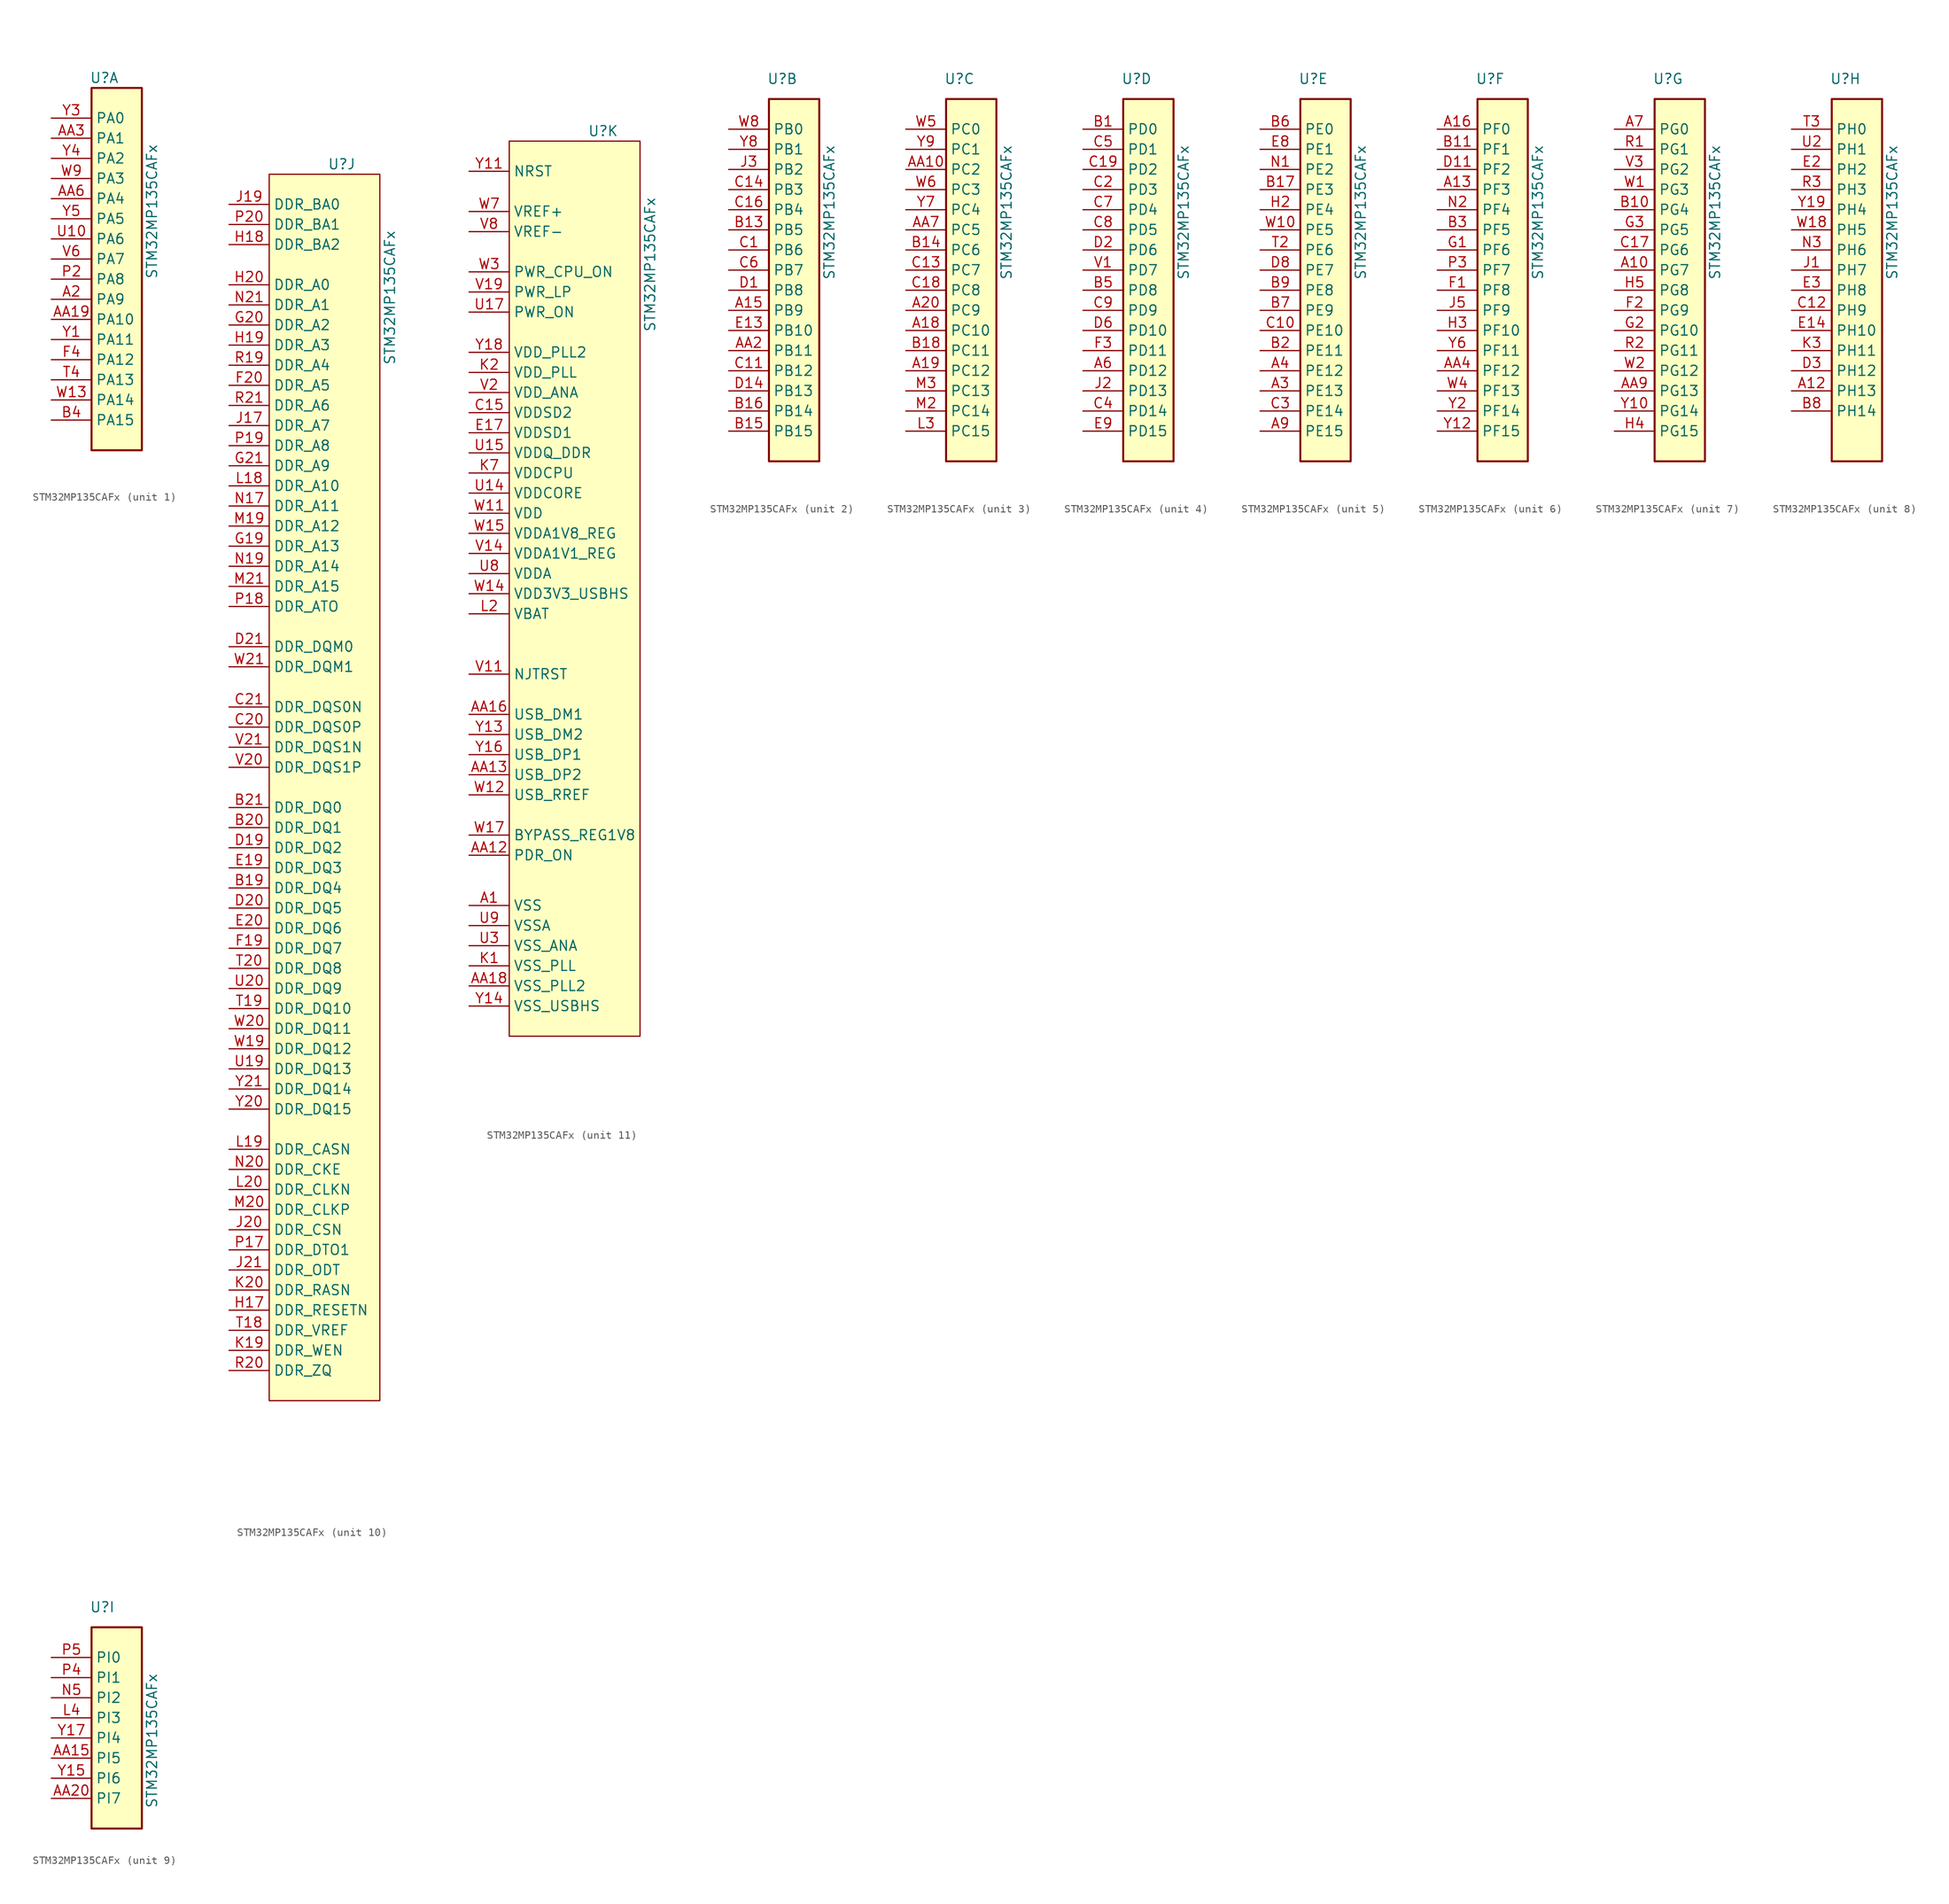
<source format=kicad_sym>
(kicad_symbol_lib
  (version 20231120)
  (generator "kicad_symbol_editor")
  (generator_version "8.0")
  (symbol "STM32MP135CAFx"
    (property "Reference" "U"
      (at -6.604 -6.35 0)
      (effects (font (size 1.27 1.27)) (justify left)))
    (property "Value" "STM32MP135CAFx"
      (at 1.27 -31.75 90)
      (effects (font (size 1.27 1.27)) (justify left)))
    (property "ki_locked" ""
      (at 0 0 0)
      (effects (font (size 1.27 1.27))))
    (symbol "STM32MP135CAFx_1_1"
      (rectangle (start -6.35 -7.62) (end 0 -53.34) (stroke (width 0.254) (type default)) (fill (type background)))
      (pin bidirectional line (at -11.43 -34.29 0) (length 5.08) (name "PA9" (effects (font (size 1.27 1.27)))) (number "A2" (effects (font (size 1.27 1.27)))) (alternate "DCMIPP_D0" bidirectional line) (alternate "DFSDM1_DATIN0" bidirectional line) (alternate "FMC_NWAIT" bidirectional line) (alternate "I2C3_SMBA" bidirectional line) (alternate "LTDC_R6" bidirectional line) (alternate "TIM1_CH2" bidirectional line) (alternate "UART4_TX" bidirectional line) (alternate "USART1_TX" bidirectional line))
      (pin bidirectional line (at -11.43 -36.83 0) (length 5.08) (name "PA10" (effects (font (size 1.27 1.27)))) (number "AA19" (effects (font (size 1.27 1.27)))) (alternate "TIM1_CH3" bidirectional line) (alternate "USB_OTG_HS_ID" bidirectional line))
      (pin bidirectional line (at -11.43 -13.97 0) (length 5.08) (name "PA1" (effects (font (size 1.27 1.27)))) (number "AA3" (effects (font (size 1.27 1.27)))) (alternate "ADC1_INP3" bidirectional line) (alternate "ADC2_INP3" bidirectional line) (alternate "DFSDM1_CKIN0" bidirectional line) (alternate "ETH1_REF_CLK" bidirectional line) (alternate "ETH1_RX_CLK" bidirectional line) (alternate "LPTIM3_OUT" bidirectional line) (alternate "TIM15_CH1N" bidirectional line) (alternate "TIM2_CH2" bidirectional line) (alternate "TIM5_CH2" bidirectional line) (alternate "USART2_DE" bidirectional line) (alternate "USART2_RTS" bidirectional line))
      (pin bidirectional line (at -11.43 -21.59 0) (length 5.08) (name "PA4" (effects (font (size 1.27 1.27)))) (number "AA6" (effects (font (size 1.27 1.27)))) (alternate "ADC1_INP14" bidirectional line) (alternate "DFSDM1_CKIN1" bidirectional line) (alternate "ETH1_PPS_OUT" bidirectional line) (alternate "ETH2_PPS_OUT" bidirectional line) (alternate "I2S1_WS" bidirectional line) (alternate "SAI1_SCK_A" bidirectional line) (alternate "SAI1_SCK_B" bidirectional line) (alternate "SPI1_NSS" bidirectional line) (alternate "TIM5_ETR" bidirectional line) (alternate "USART2_CK" bidirectional line))
      (pin bidirectional line (at -11.43 -49.53 0) (length 5.08) (name "PA15" (effects (font (size 1.27 1.27)))) (number "B4" (effects (font (size 1.27 1.27)))) (alternate "ADC1_EXTI15" bidirectional line) (alternate "ADC2_EXTI15" bidirectional line) (alternate "DCMIPP_D14" bidirectional line) (alternate "DCMIPP_D5" bidirectional line) (alternate "DEBUG_TRACED5" bidirectional line) (alternate "FMC_A9" bidirectional line) (alternate "HDP_HDP5" bidirectional line) (alternate "I2S4_MCK" bidirectional line) (alternate "LTDC_G7" bidirectional line) (alternate "LTDC_R0" bidirectional line) (alternate "TIM2_CH1" bidirectional line) (alternate "TIM2_ETR" bidirectional line) (alternate "UART4_DE" bidirectional line) (alternate "UART4_RTS" bidirectional line) (alternate "UART4_RX" bidirectional line))
      (pin bidirectional line (at -11.43 -41.91 0) (length 5.08) (name "PA12" (effects (font (size 1.27 1.27)))) (number "F4" (effects (font (size 1.27 1.27)))) (alternate "DCMIPP_D1" bidirectional line) (alternate "ETH2_CRS_DV" bidirectional line) (alternate "ETH2_RX_CTL" bidirectional line) (alternate "ETH2_RX_DV" bidirectional line) (alternate "FMC_A7" bidirectional line) (alternate "LTDC_G6" bidirectional line) (alternate "SAI2_MCLK_A" bidirectional line) (alternate "TIM1_ETR" bidirectional line) (alternate "USART1_DE" bidirectional line) (alternate "USART1_RTS" bidirectional line))
      (pin bidirectional line (at -11.43 -31.75 0) (length 5.08) (name "PA8" (effects (font (size 1.27 1.27)))) (number "P2" (effects (font (size 1.27 1.27)))) (alternate "ETH2_RXD3" bidirectional line) (alternate "FMC_A21" bidirectional line) (alternate "I2C4_SDA" bidirectional line) (alternate "I2S2_SDO" bidirectional line) (alternate "LTDC_B7" bidirectional line) (alternate "RCC_MCO_1" bidirectional line) (alternate "SAI2_CK1" bidirectional line) (alternate "SAI2_MCLK_A" bidirectional line) (alternate "SPI2_MOSI" bidirectional line) (alternate "SPI5_MISO" bidirectional line) (alternate "TIM8_BKIN2" bidirectional line) (alternate "USART1_CK" bidirectional line) (alternate "USB_OTG_HS_SOF" bidirectional line))
      (pin bidirectional line (at -11.43 -44.45 0) (length 5.08) (name "PA13" (effects (font (size 1.27 1.27)))) (number "T4" (effects (font (size 1.27 1.27)))) (alternate "DEBUG_DBTRGI" bidirectional line) (alternate "DEBUG_DBTRGO" bidirectional line) (alternate "RCC_MCO_1" bidirectional line) (alternate "UART4_TX" bidirectional line))
      (pin bidirectional line (at -11.43 -26.67 0) (length 5.08) (name "PA6" (effects (font (size 1.27 1.27)))) (number "U10" (effects (font (size 1.27 1.27)))) (alternate "ADC1_INN16" bidirectional line) (alternate "ADC1_INP17" bidirectional line) (alternate "I2S1_SDI" bidirectional line) (alternate "SAI2_CK2" bidirectional line) (alternate "SAI2_SCK_A" bidirectional line) (alternate "SPI1_MISO" bidirectional line) (alternate "TAMP_IN2" bidirectional line) (alternate "TIM13_CH1" bidirectional line) (alternate "TIM1_BKIN" bidirectional line) (alternate "TIM3_CH1" bidirectional line) (alternate "TIM8_BKIN" bidirectional line) (alternate "UART4_DE" bidirectional line) (alternate "UART4_RTS" bidirectional line) (alternate "USART1_CK" bidirectional line))
      (pin bidirectional line (at -11.43 -29.21 0) (length 5.08) (name "PA7" (effects (font (size 1.27 1.27)))) (number "V6" (effects (font (size 1.27 1.27)))) (alternate "ADC1_INP16" bidirectional line) (alternate "ETH1_CRS_DV" bidirectional line) (alternate "ETH1_RX_CTL" bidirectional line) (alternate "ETH1_RX_DV" bidirectional line) (alternate "I2S1_CK" bidirectional line) (alternate "SAI2_D1" bidirectional line) (alternate "SAI2_SD_A" bidirectional line) (alternate "SPI1_SCK" bidirectional line) (alternate "TIM14_CH1" bidirectional line) (alternate "TIM1_CH1N" bidirectional line) (alternate "TIM3_CH2" bidirectional line) (alternate "TIM8_CH1N" bidirectional line) (alternate "USART1_CTS" bidirectional line) (alternate "USART1_NSS" bidirectional line))
      (pin bidirectional line (at -11.43 -46.99 0) (length 5.08) (name "PA14" (effects (font (size 1.27 1.27)))) (number "W13" (effects (font (size 1.27 1.27)))) (alternate "DEBUG_DBTRGI" bidirectional line) (alternate "DEBUG_DBTRGO" bidirectional line) (alternate "RCC_MCO_2" bidirectional line) (alternate "USB_OTG_HS_SOF" bidirectional line))
      (pin bidirectional line (at -11.43 -19.05 0) (length 5.08) (name "PA3" (effects (font (size 1.27 1.27)))) (number "W9" (effects (font (size 1.27 1.27)))) (alternate "ADC1_INN11" bidirectional line) (alternate "ADC1_INP12" bidirectional line) (alternate "ETH1_COL" bidirectional line) (alternate "ETH2_COL" bidirectional line) (alternate "I2S1_SDO" bidirectional line) (alternate "LPTIM5_OUT" bidirectional line) (alternate "PWR_PVD_IN" bidirectional line) (alternate "PWR_WKUP6" bidirectional line) (alternate "SAI1_FS_B" bidirectional line) (alternate "SPI1_MOSI" bidirectional line) (alternate "TIM15_CH2" bidirectional line) (alternate "TIM2_CH4" bidirectional line) (alternate "TIM5_CH4" bidirectional line) (alternate "USART2_RX" bidirectional line))
      (pin bidirectional line (at -11.43 -39.37 0) (length 5.08) (name "PA11" (effects (font (size 1.27 1.27)))) (number "Y1" (effects (font (size 1.27 1.27)))) (alternate "ADC1_EXTI11" bidirectional line) (alternate "ADC2_EXTI11" bidirectional line) (alternate "ETH1_CLK" bidirectional line) (alternate "ETH2_CLK" bidirectional line) (alternate "ETH2_RXD1" bidirectional line) (alternate "I2C5_SCL" bidirectional line) (alternate "I2S2_WS" bidirectional line) (alternate "SPI2_NSS" bidirectional line) (alternate "TIM1_CH4" bidirectional line) (alternate "USART1_CTS" bidirectional line) (alternate "USART1_NSS" bidirectional line))
      (pin bidirectional line (at -11.43 -11.43 0) (length 5.08) (name "PA0" (effects (font (size 1.27 1.27)))) (number "Y3" (effects (font (size 1.27 1.27)))) (alternate "ADC1_INN3" bidirectional line) (alternate "ADC1_INP7" bidirectional line) (alternate "ADC2_INN3" bidirectional line) (alternate "ADC2_INP7" bidirectional line) (alternate "ETH1_CRS" bidirectional line) (alternate "ETH2_CRS" bidirectional line) (alternate "SAI1_SD_B" bidirectional line) (alternate "TIM15_BKIN" bidirectional line) (alternate "TIM2_CH1" bidirectional line) (alternate "TIM2_ETR" bidirectional line) (alternate "TIM5_CH1" bidirectional line) (alternate "TIM8_ETR" bidirectional line) (alternate "UART5_TX" bidirectional line))
      (pin bidirectional line (at -11.43 -16.51 0) (length 5.08) (name "PA2" (effects (font (size 1.27 1.27)))) (number "Y4" (effects (font (size 1.27 1.27)))) (alternate "ADC1_INP1" bidirectional line) (alternate "ADC2_INP1" bidirectional line) (alternate "ETH1_MDIO" bidirectional line) (alternate "LPTIM4_OUT" bidirectional line) (alternate "TIM15_CH1" bidirectional line) (alternate "TIM2_CH3" bidirectional line) (alternate "TIM5_CH3" bidirectional line) (alternate "USART2_TX" bidirectional line))
      (pin bidirectional line (at -11.43 -24.13 0) (length 5.08) (name "PA5" (effects (font (size 1.27 1.27)))) (number "Y5" (effects (font (size 1.27 1.27)))) (alternate "ADC1_INP2" bidirectional line) (alternate "ETH1_PPS_OUT" bidirectional line) (alternate "ETH2_PPS_OUT" bidirectional line) (alternate "I2S1_WS" bidirectional line) (alternate "SAI1_D1" bidirectional line) (alternate "SAI1_SD_A" bidirectional line) (alternate "SPI1_NSS" bidirectional line) (alternate "TIM2_CH1" bidirectional line) (alternate "TIM2_ETR" bidirectional line) (alternate "TIM8_CH1N" bidirectional line) (alternate "USART2_CK" bidirectional line)))
    (symbol "STM32MP135CAFx_2_1"
      (rectangle (start -6.35 -8.89) (end 0 -54.61) (stroke (width 0.254) (type default)) (fill (type background)))
      (pin bidirectional line (at -11.43 -35.56 0) (length 5.08) (name "PB9" (effects (font (size 1.27 1.27)))) (number "A15" (effects (font (size 1.27 1.27)))) (alternate "DEBUG_TRACED3" bidirectional line) (alternate "FDCAN1_TX" bidirectional line) (alternate "I2C4_SDA" bidirectional line) (alternate "LTDC_B1" bidirectional line) (alternate "LTDC_DE" bidirectional line) (alternate "SDMMC1_CDIR" bidirectional line) (alternate "SDMMC2_D5" bidirectional line) (alternate "TIM4_CH4" bidirectional line) (alternate "UART5_TX" bidirectional line))
      (pin bidirectional line (at -11.43 -40.64 0) (length 5.08) (name "PB11" (effects (font (size 1.27 1.27)))) (number "AA2" (effects (font (size 1.27 1.27)))) (alternate "ADC1_EXTI11" bidirectional line) (alternate "ADC2_EXTI11" bidirectional line) (alternate "ETH1_TX_CTL" bidirectional line) (alternate "ETH1_TX_EN" bidirectional line) (alternate "I2C5_SMBA" bidirectional line) (alternate "LPTIM1_OUT" bidirectional line) (alternate "TIM2_CH4" bidirectional line) (alternate "USART3_RX" bidirectional line))
      (pin bidirectional line (at -11.43 -25.4 0) (length 5.08) (name "PB5" (effects (font (size 1.27 1.27)))) (number "B13" (effects (font (size 1.27 1.27)))) (alternate "DEBUG_TRACED4" bidirectional line) (alternate "FDCAN2_RX" bidirectional line) (alternate "I2C4_SMBA" bidirectional line) (alternate "I2S2_SDI" bidirectional line) (alternate "LTDC_B6" bidirectional line) (alternate "LTDC_DE" bidirectional line) (alternate "SDMMC1_CKIN" bidirectional line) (alternate "SPI2_MISO" bidirectional line) (alternate "TIM17_BKIN" bidirectional line) (alternate "TIM3_CH2" bidirectional line) (alternate "UART5_RX" bidirectional line))
      (pin bidirectional line (at -11.43 -50.8 0) (length 5.08) (name "PB15" (effects (font (size 1.27 1.27)))) (number "B15" (effects (font (size 1.27 1.27)))) (alternate "ADC1_EXTI15" bidirectional line) (alternate "ADC2_EXTI15" bidirectional line) (alternate "DFSDM1_CKIN2" bidirectional line) (alternate "I2S4_SDO" bidirectional line) (alternate "LTDC_B0" bidirectional line) (alternate "LTDC_CLK" bidirectional line) (alternate "RTC_REFIN" bidirectional line) (alternate "SAI2_D2" bidirectional line) (alternate "SAI2_FS_A" bidirectional line) (alternate "SDMMC1_CKIN" bidirectional line) (alternate "SDMMC2_D1" bidirectional line) (alternate "SPI4_MOSI" bidirectional line) (alternate "TIM12_CH2" bidirectional line) (alternate "TIM1_CH3N" bidirectional line) (alternate "TIM8_CH3N" bidirectional line) (alternate "UART7_CTS" bidirectional line))
      (pin bidirectional line (at -11.43 -48.26 0) (length 5.08) (name "PB14" (effects (font (size 1.27 1.27)))) (number "B16" (effects (font (size 1.27 1.27)))) (alternate "DEBUG_TRACED0" bidirectional line) (alternate "LTDC_G5" bidirectional line) (alternate "LTDC_R0" bidirectional line) (alternate "SDMMC1_D4" bidirectional line) (alternate "SDMMC2_D0" bidirectional line) (alternate "TIM12_CH1" bidirectional line) (alternate "TIM1_CH2N" bidirectional line) (alternate "TIM8_CH2N" bidirectional line) (alternate "USART1_TX" bidirectional line))
      (pin bidirectional line (at -11.43 -27.94 0) (length 5.08) (name "PB6" (effects (font (size 1.27 1.27)))) (number "C1" (effects (font (size 1.27 1.27)))) (alternate "DCMIPP_D5" bidirectional line) (alternate "DEBUG_TRACED6" bidirectional line) (alternate "ETH2_MDIO" bidirectional line) (alternate "FMC_NE3" bidirectional line) (alternate "HDP_HDP6" bidirectional line) (alternate "LTDC_B6" bidirectional line) (alternate "LTDC_B7" bidirectional line) (alternate "QUADSPI_BK1_NCS" bidirectional line) (alternate "SAI1_CK2" bidirectional line) (alternate "TIM16_CH1N" bidirectional line) (alternate "TIM4_CH1" bidirectional line) (alternate "TIM8_CH1" bidirectional line) (alternate "USART1_TX" bidirectional line))
      (pin bidirectional line (at -11.43 -43.18 0) (length 5.08) (name "PB12" (effects (font (size 1.27 1.27)))) (number "C11" (effects (font (size 1.27 1.27)))) (alternate "DEBUG_TRACED10" bidirectional line) (alternate "DFSDM1_DATIN1" bidirectional line) (alternate "I2C2_SMBA" bidirectional line) (alternate "LTDC_R3" bidirectional line) (alternate "LTDC_VSYNC" bidirectional line) (alternate "SDMMC1_D5" bidirectional line) (alternate "UART5_RX" bidirectional line) (alternate "UART7_DE" bidirectional line) (alternate "UART7_RTS" bidirectional line))
      (pin bidirectional line (at -11.43 -20.32 0) (length 5.08) (name "PB3" (effects (font (size 1.27 1.27)))) (number "C14" (effects (font (size 1.27 1.27)))) (alternate "DEBUG_TRACED2" bidirectional line) (alternate "I2S4_WS" bidirectional line) (alternate "LTDC_B2" bidirectional line) (alternate "LTDC_R6" bidirectional line) (alternate "SAI2_CK1" bidirectional line) (alternate "SAI2_MCLK_A" bidirectional line) (alternate "SDMMC1_D123DIR" bidirectional line) (alternate "SDMMC2_D2" bidirectional line) (alternate "SPI4_NSS" bidirectional line) (alternate "TIM2_CH2" bidirectional line) (alternate "UART7_RX" bidirectional line))
      (pin bidirectional line (at -11.43 -22.86 0) (length 5.08) (name "PB4" (effects (font (size 1.27 1.27)))) (number "C16" (effects (font (size 1.27 1.27)))) (alternate "DEBUG_TRACED14" bidirectional line) (alternate "I2S4_CK" bidirectional line) (alternate "LTDC_B6" bidirectional line) (alternate "LTDC_G1" bidirectional line) (alternate "LTDC_R0" bidirectional line) (alternate "SAI2_CK2" bidirectional line) (alternate "SAI2_SCK_A" bidirectional line) (alternate "SDMMC2_D3" bidirectional line) (alternate "SPI4_SCK" bidirectional line) (alternate "TIM16_BKIN" bidirectional line) (alternate "TIM3_CH1" bidirectional line) (alternate "USART3_CK" bidirectional line))
      (pin bidirectional line (at -11.43 -30.48 0) (length 5.08) (name "PB7" (effects (font (size 1.27 1.27)))) (number "C6" (effects (font (size 1.27 1.27)))) (alternate "DCMIPP_D13" bidirectional line) (alternate "DCMIPP_PIXCLK" bidirectional line) (alternate "FMC_NCE2" bidirectional line) (alternate "FMC_NL" bidirectional line) (alternate "I2C4_SDA" bidirectional line) (alternate "I2S4_CK" bidirectional line) (alternate "TIM17_CH1N" bidirectional line) (alternate "TIM4_CH2" bidirectional line))
      (pin bidirectional line (at -11.43 -33.02 0) (length 5.08) (name "PB8" (effects (font (size 1.27 1.27)))) (number "D1" (effects (font (size 1.27 1.27)))) (alternate "DCMIPP_D6" bidirectional line) (alternate "DFSDM1_DATIN1" bidirectional line) (alternate "FMC_D13" bidirectional line) (alternate "FMC_DA13" bidirectional line) (alternate "I2C1_SCL" bidirectional line) (alternate "I2C3_SCL" bidirectional line) (alternate "SAI1_D1" bidirectional line) (alternate "TIM16_CH1" bidirectional line) (alternate "TIM4_CH3" bidirectional line) (alternate "UART4_RX" bidirectional line))
      (pin bidirectional line (at -11.43 -45.72 0) (length 5.08) (name "PB13" (effects (font (size 1.27 1.27)))) (number "D14" (effects (font (size 1.27 1.27)))) (alternate "DEBUG_TRACECLK" bidirectional line) (alternate "FDCAN2_TX" bidirectional line) (alternate "I2C4_SCL" bidirectional line) (alternate "I2S2_WS" bidirectional line) (alternate "LPTIM2_OUT" bidirectional line) (alternate "LTDC_CLK" bidirectional line) (alternate "SDMMC1_D123DIR" bidirectional line) (alternate "SPI2_NSS" bidirectional line) (alternate "TIM1_CH1N" bidirectional line) (alternate "UART5_TX" bidirectional line))
      (pin bidirectional line (at -11.43 -38.1 0) (length 5.08) (name "PB10" (effects (font (size 1.27 1.27)))) (number "E13" (effects (font (size 1.27 1.27)))) (alternate "I2C5_SMBA" bidirectional line) (alternate "I2S2_CK" bidirectional line) (alternate "I2S4_WS" bidirectional line) (alternate "LPTIM2_IN1" bidirectional line) (alternate "LTDC_R3" bidirectional line) (alternate "SPI2_SCK" bidirectional line) (alternate "SPI4_NSS" bidirectional line) (alternate "TIM2_CH3" bidirectional line))
      (pin bidirectional line (at -11.43 -17.78 0) (length 5.08) (name "PB2" (effects (font (size 1.27 1.27)))) (number "J3" (effects (font (size 1.27 1.27)))) (alternate "ETH2_MDIO" bidirectional line) (alternate "FMC_A6" bidirectional line) (alternate "I2S_CKIN" bidirectional line) (alternate "LTDC_B4" bidirectional line) (alternate "QUADSPI_BK1_NCS" bidirectional line) (alternate "RTC_OUT2" bidirectional line) (alternate "SAI1_D1" bidirectional line) (alternate "SAI1_SD_A" bidirectional line) (alternate "TAMP_IN7" bidirectional line) (alternate "UART4_RX" bidirectional line))
      (pin bidirectional line (at -11.43 -12.7 0) (length 5.08) (name "PB0" (effects (font (size 1.27 1.27)))) (number "W8" (effects (font (size 1.27 1.27)))) (alternate "ADC1_INN5" bidirectional line) (alternate "ADC1_INP9" bidirectional line) (alternate "ADC2_INN5" bidirectional line) (alternate "ADC2_INP9" bidirectional line) (alternate "DEBUG_DBTRGI" bidirectional line) (alternate "ETH1_RXD2" bidirectional line) (alternate "I2S1_MCK" bidirectional line) (alternate "SAI2_D2" bidirectional line) (alternate "SAI2_FS_A" bidirectional line) (alternate "TIM1_CH2N" bidirectional line) (alternate "TIM3_CH3" bidirectional line) (alternate "TIM8_CH2N" bidirectional line) (alternate "UART4_CTS" bidirectional line) (alternate "USART1_CK" bidirectional line) (alternate "USART1_RX" bidirectional line))
      (pin bidirectional line (at -11.43 -15.24 0) (length 5.08) (name "PB1" (effects (font (size 1.27 1.27)))) (number "Y8" (effects (font (size 1.27 1.27)))) (alternate "ADC1_INP5" bidirectional line) (alternate "ADC2_INP5" bidirectional line) (alternate "DFSDM1_DATIN1" bidirectional line) (alternate "ETH1_RXD3" bidirectional line) (alternate "I2S1_CK" bidirectional line) (alternate "SPI1_SCK" bidirectional line) (alternate "TIM1_CH3N" bidirectional line) (alternate "TIM3_CH4" bidirectional line) (alternate "TIM8_CH3N" bidirectional line) (alternate "UART4_RX" bidirectional line)))
    (symbol "STM32MP135CAFx_3_1"
      (rectangle (start -6.35 -8.89) (end 0 -54.61) (stroke (width 0.254) (type default)) (fill (type background)))
      (pin bidirectional line (at -11.43 -38.1 0) (length 5.08) (name "PC10" (effects (font (size 1.27 1.27)))) (number "A18" (effects (font (size 1.27 1.27)))) (alternate "DEBUG_TRACED2" bidirectional line) (alternate "I2C1_SCL" bidirectional line) (alternate "I2S3_CK" bidirectional line) (alternate "SAI2_MCLK_B" bidirectional line) (alternate "SDMMC1_D2" bidirectional line) (alternate "SPI3_SCK" bidirectional line) (alternate "USART3_TX" bidirectional line))
      (pin bidirectional line (at -11.43 -43.18 0) (length 5.08) (name "PC12" (effects (font (size 1.27 1.27)))) (number "A19" (effects (font (size 1.27 1.27)))) (alternate "DEBUG_TRACECLK" bidirectional line) (alternate "LTDC_DE" bidirectional line) (alternate "SAI2_SD_B" bidirectional line) (alternate "SDMMC1_CK" bidirectional line) (alternate "UART7_TX" bidirectional line))
      (pin bidirectional line (at -11.43 -35.56 0) (length 5.08) (name "PC9" (effects (font (size 1.27 1.27)))) (number "A20" (effects (font (size 1.27 1.27)))) (alternate "DEBUG_TRACED1" bidirectional line) (alternate "FDCAN1_TX" bidirectional line) (alternate "LTDC_B4" bidirectional line) (alternate "SDMMC1_D1" bidirectional line) (alternate "TIM3_CH4" bidirectional line) (alternate "TIM8_CH4" bidirectional line) (alternate "UART5_CTS" bidirectional line) (alternate "USART3_RTS" bidirectional line))
      (pin bidirectional line (at -11.43 -17.78 0) (length 5.08) (name "PC2" (effects (font (size 1.27 1.27)))) (number "AA10" (effects (font (size 1.27 1.27)))) (alternate "ADC1_INP15" bidirectional line) (alternate "ETH1_TXD2" bidirectional line) (alternate "I2S1_WS" bidirectional line) (alternate "SAI2_CK1" bidirectional line) (alternate "SAI2_MCLK_A" bidirectional line) (alternate "SPI1_NSS" bidirectional line) (alternate "SPI5_NSS" bidirectional line) (alternate "USART1_DE" bidirectional line) (alternate "USART1_RTS" bidirectional line))
      (pin bidirectional line (at -11.43 -25.4 0) (length 5.08) (name "PC5" (effects (font (size 1.27 1.27)))) (number "AA7" (effects (font (size 1.27 1.27)))) (alternate "ADC1_INP10" bidirectional line) (alternate "ADC2_INP10" bidirectional line) (alternate "DFSDM1_DATIN2" bidirectional line) (alternate "ETH1_RXD1" bidirectional line) (alternate "I2S_CKIN" bidirectional line) (alternate "SAI1_D4" bidirectional line) (alternate "SAI2_D4" bidirectional line) (alternate "SPDIFRX_IN3" bidirectional line) (alternate "USART2_CTS" bidirectional line) (alternate "USART2_NSS" bidirectional line))
      (pin bidirectional line (at -11.43 -27.94 0) (length 5.08) (name "PC6" (effects (font (size 1.27 1.27)))) (number "B14" (effects (font (size 1.27 1.27)))) (alternate "DEBUG_TRACED2" bidirectional line) (alternate "DFSDM1_DATIN0" bidirectional line) (alternate "FMC_A19" bidirectional line) (alternate "HDP_HDP2" bidirectional line) (alternate "I2S3_MCK" bidirectional line) (alternate "LTDC_B1" bidirectional line) (alternate "LTDC_HSYNC" bidirectional line) (alternate "LTDC_R6" bidirectional line) (alternate "SDMMC1_D6" bidirectional line) (alternate "SDMMC2_D0DIR" bidirectional line) (alternate "SDMMC2_D6" bidirectional line) (alternate "TIM3_CH1" bidirectional line) (alternate "TIM8_CH1" bidirectional line))
      (pin bidirectional line (at -11.43 -40.64 0) (length 5.08) (name "PC11" (effects (font (size 1.27 1.27)))) (number "B18" (effects (font (size 1.27 1.27)))) (alternate "ADC1_EXTI11" bidirectional line) (alternate "ADC2_EXTI11" bidirectional line) (alternate "DEBUG_TRACED3" bidirectional line) (alternate "I2C1_SDA" bidirectional line) (alternate "I2S3_SDO" bidirectional line) (alternate "SAI2_SCK_B" bidirectional line) (alternate "SDMMC1_D3" bidirectional line) (alternate "SPI3_MOSI" bidirectional line) (alternate "UART5_RX" bidirectional line) (alternate "USART3_CK" bidirectional line))
      (pin bidirectional line (at -11.43 -30.48 0) (length 5.08) (name "PC7" (effects (font (size 1.27 1.27)))) (number "C13" (effects (font (size 1.27 1.27)))) (alternate "DEBUG_TRACED4" bidirectional line) (alternate "HDP_HDP4" bidirectional line) (alternate "I2S2_MCK" bidirectional line) (alternate "LTDC_G6" bidirectional line) (alternate "LTDC_R1" bidirectional line) (alternate "SDMMC1_D7" bidirectional line) (alternate "SDMMC2_CDIR" bidirectional line) (alternate "SDMMC2_D7" bidirectional line) (alternate "TIM3_CH2" bidirectional line) (alternate "TIM8_CH2" bidirectional line) (alternate "USART3_CTS" bidirectional line))
      (pin bidirectional line (at -11.43 -33.02 0) (length 5.08) (name "PC8" (effects (font (size 1.27 1.27)))) (number "C18" (effects (font (size 1.27 1.27)))) (alternate "DEBUG_TRACED0" bidirectional line) (alternate "I2S3_SDI" bidirectional line) (alternate "LTDC_G7" bidirectional line) (alternate "SAI2_FS_B" bidirectional line) (alternate "SDMMC1_D0" bidirectional line) (alternate "SPI3_MISO" bidirectional line) (alternate "TIM3_CH3" bidirectional line) (alternate "TIM8_CH3" bidirectional line) (alternate "UART5_DE" bidirectional line) (alternate "UART5_RTS" bidirectional line) (alternate "USART3_CTS" bidirectional line) (alternate "USART6_CK" bidirectional line))
      (pin bidirectional line (at -11.43 -50.8 0) (length 5.08) (name "PC15" (effects (font (size 1.27 1.27)))) (number "L3" (effects (font (size 1.27 1.27)))) (alternate "ADC1_EXTI15" bidirectional line) (alternate "ADC2_EXTI15" bidirectional line) (alternate "RCC_OSC32_OUT" bidirectional line))
      (pin bidirectional line (at -11.43 -48.26 0) (length 5.08) (name "PC14" (effects (font (size 1.27 1.27)))) (number "M2" (effects (font (size 1.27 1.27)))) (alternate "RCC_OSC32_IN" bidirectional line))
      (pin bidirectional line (at -11.43 -45.72 0) (length 5.08) (name "PC13" (effects (font (size 1.27 1.27)))) (number "M3" (effects (font (size 1.27 1.27)))) (alternate "PWR_WKUP3" bidirectional line) (alternate "RTC_OUT1" bidirectional line) (alternate "RTC_TS" bidirectional line) (alternate "TAMP_IN1" bidirectional line) (alternate "TAMP_OUT2" bidirectional line))
      (pin bidirectional line (at -11.43 -12.7 0) (length 5.08) (name "PC0" (effects (font (size 1.27 1.27)))) (number "W5" (effects (font (size 1.27 1.27)))) (alternate "ADC1_INN1" bidirectional line) (alternate "ADC1_INP0" bidirectional line) (alternate "ADC2_INN1" bidirectional line) (alternate "ADC2_INP0" bidirectional line) (alternate "I2S1_MCK" bidirectional line) (alternate "I2S1_SDO" bidirectional line) (alternate "SAI1_CK2" bidirectional line) (alternate "SAI1_SCK_A" bidirectional line) (alternate "SPI1_MOSI" bidirectional line) (alternate "TAMP_IN3" bidirectional line) (alternate "USART1_TX" bidirectional line))
      (pin bidirectional line (at -11.43 -20.32 0) (length 5.08) (name "PC3" (effects (font (size 1.27 1.27)))) (number "W6" (effects (font (size 1.27 1.27)))) (alternate "ADC1_INN12" bidirectional line) (alternate "ADC1_INP13" bidirectional line) (alternate "DFSDM1_CKOUT" bidirectional line) (alternate "ETH1_TX_CLK" bidirectional line) (alternate "ETH2_TX_CLK" bidirectional line) (alternate "I2S1_CK" bidirectional line) (alternate "I2S1_SDI" bidirectional line) (alternate "SAI1_CK1" bidirectional line) (alternate "SAI1_MCLK_A" bidirectional line) (alternate "SPI1_MISO" bidirectional line) (alternate "SPI1_SCK" bidirectional line) (alternate "TAMP_IN5" bidirectional line) (alternate "UART5_CTS" bidirectional line))
      (pin bidirectional line (at -11.43 -22.86 0) (length 5.08) (name "PC4" (effects (font (size 1.27 1.27)))) (number "Y7" (effects (font (size 1.27 1.27)))) (alternate "ADC1_INP4" bidirectional line) (alternate "ADC2_INP4" bidirectional line) (alternate "DFSDM1_CKIN2" bidirectional line) (alternate "ETH1_RXD0" bidirectional line) (alternate "I2S1_MCK" bidirectional line) (alternate "SAI1_D3" bidirectional line) (alternate "SAI2_D3" bidirectional line) (alternate "SPDIFRX_IN2" bidirectional line) (alternate "TIM3_ETR" bidirectional line) (alternate "UART5_DE" bidirectional line) (alternate "UART5_RTS" bidirectional line))
      (pin bidirectional line (at -11.43 -15.24 0) (length 5.08) (name "PC1" (effects (font (size 1.27 1.27)))) (number "Y9" (effects (font (size 1.27 1.27)))) (alternate "ADC2_INP2" bidirectional line) (alternate "DFSDM1_DATIN0" bidirectional line) (alternate "ETH1_CRS_DV" bidirectional line) (alternate "ETH1_GTX_CLK" bidirectional line) (alternate "ETH1_RX_DV" bidirectional line) (alternate "SAI1_D3" bidirectional line)))
    (symbol "STM32MP135CAFx_4_1"
      (rectangle (start -6.35 -8.89) (end 0 -54.61) (stroke (width 0.254) (type default)) (fill (type background)))
      (pin bidirectional line (at -11.43 -43.18 0) (length 5.08) (name "PD12" (effects (font (size 1.27 1.27)))) (number "A6" (effects (font (size 1.27 1.27)))) (alternate "DCMIPP_D6" bidirectional line) (alternate "FMC_A17" bidirectional line) (alternate "FMC_ALE" bidirectional line) (alternate "I2C1_SCL" bidirectional line) (alternate "LPTIM1_IN1" bidirectional line) (alternate "TIM4_CH1" bidirectional line) (alternate "USART3_DE" bidirectional line) (alternate "USART3_RTS" bidirectional line))
      (pin bidirectional line (at -11.43 -12.7 0) (length 5.08) (name "PD0" (effects (font (size 1.27 1.27)))) (number "B1" (effects (font (size 1.27 1.27)))) (alternate "DCMIPP_D1" bidirectional line) (alternate "FDCAN1_RX" bidirectional line) (alternate "FMC_D2" bidirectional line) (alternate "FMC_DA2" bidirectional line) (alternate "SAI1_CK1" bidirectional line) (alternate "SAI1_MCLK_A" bidirectional line))
      (pin bidirectional line (at -11.43 -33.02 0) (length 5.08) (name "PD8" (effects (font (size 1.27 1.27)))) (number "B5" (effects (font (size 1.27 1.27)))) (alternate "DCMIPP_D3" bidirectional line) (alternate "DCMIPP_D9" bidirectional line) (alternate "I2S4_WS" bidirectional line) (alternate "UART4_RX" bidirectional line) (alternate "USART2_TX" bidirectional line) (alternate "USART3_TX" bidirectional line))
      (pin bidirectional line (at -11.43 -17.78 0) (length 5.08) (name "PD2" (effects (font (size 1.27 1.27)))) (number "C19" (effects (font (size 1.27 1.27)))) (alternate "DEBUG_TRACED4" bidirectional line) (alternate "I2C1_SMBA" bidirectional line) (alternate "I2S3_WS" bidirectional line) (alternate "SAI2_D1" bidirectional line) (alternate "SDMMC1_CMD" bidirectional line) (alternate "SPI3_NSS" bidirectional line) (alternate "TIM3_ETR" bidirectional line) (alternate "USART3_RX" bidirectional line))
      (pin bidirectional line (at -11.43 -20.32 0) (length 5.08) (name "PD3" (effects (font (size 1.27 1.27)))) (number "C2" (effects (font (size 1.27 1.27)))) (alternate "DCMIPP_D5" bidirectional line) (alternate "DFSDM1_CKOUT" bidirectional line) (alternate "FMC_CLK" bidirectional line) (alternate "I2C1_SDA" bidirectional line) (alternate "SAI1_D3" bidirectional line) (alternate "TIM2_CH1" bidirectional line) (alternate "TIM2_ETR" bidirectional line) (alternate "USART2_CTS" bidirectional line) (alternate "USART2_NSS" bidirectional line))
      (pin bidirectional line (at -11.43 -48.26 0) (length 5.08) (name "PD14" (effects (font (size 1.27 1.27)))) (number "C4" (effects (font (size 1.27 1.27)))) (alternate "DCMIPP_D8" bidirectional line) (alternate "FMC_D0" bidirectional line) (alternate "FMC_DA0" bidirectional line) (alternate "I2C3_SDA" bidirectional line) (alternate "LTDC_R4" bidirectional line) (alternate "TIM4_CH3" bidirectional line) (alternate "UART8_CTS" bidirectional line) (alternate "USART1_RX" bidirectional line))
      (pin bidirectional line (at -11.43 -15.24 0) (length 5.08) (name "PD1" (effects (font (size 1.27 1.27)))) (number "C5" (effects (font (size 1.27 1.27)))) (alternate "DCMIPP_D13" bidirectional line) (alternate "FMC_D3" bidirectional line) (alternate "FMC_DA3" bidirectional line) (alternate "I2C5_SCL" bidirectional line) (alternate "I2S4_SDO" bidirectional line) (alternate "LTDC_B6" bidirectional line) (alternate "LTDC_G2" bidirectional line) (alternate "QUADSPI_BK1_NCS" bidirectional line) (alternate "SPI4_MOSI" bidirectional line) (alternate "UART4_TX" bidirectional line))
      (pin bidirectional line (at -11.43 -22.86 0) (length 5.08) (name "PD4" (effects (font (size 1.27 1.27)))) (number "C7" (effects (font (size 1.27 1.27)))) (alternate "DFSDM1_CKIN0" bidirectional line) (alternate "FMC_NOE" bidirectional line) (alternate "I2S3_SDI" bidirectional line) (alternate "LTDC_R1" bidirectional line) (alternate "LTDC_R4" bidirectional line) (alternate "LTDC_R6" bidirectional line) (alternate "QUADSPI_CLK" bidirectional line) (alternate "SPI3_MISO" bidirectional line) (alternate "USART2_DE" bidirectional line) (alternate "USART2_RTS" bidirectional line))
      (pin bidirectional line (at -11.43 -25.4 0) (length 5.08) (name "PD5" (effects (font (size 1.27 1.27)))) (number "C8" (effects (font (size 1.27 1.27)))) (alternate "FMC_NWE" bidirectional line) (alternate "LTDC_B0" bidirectional line) (alternate "LTDC_G4" bidirectional line) (alternate "QUADSPI_BK1_IO0" bidirectional line))
      (pin bidirectional line (at -11.43 -35.56 0) (length 5.08) (name "PD9" (effects (font (size 1.27 1.27)))) (number "C9" (effects (font (size 1.27 1.27)))) (alternate "DEBUG_TRACECLK" bidirectional line) (alternate "DFSDM1_DATIN3" bidirectional line) (alternate "FMC_D14" bidirectional line) (alternate "FMC_DA14" bidirectional line) (alternate "LTDC_B0" bidirectional line) (alternate "LTDC_B5" bidirectional line) (alternate "LTDC_CLK" bidirectional line) (alternate "SDMMC2_CDIR" bidirectional line))
      (pin bidirectional line (at -11.43 -27.94 0) (length 5.08) (name "PD6" (effects (font (size 1.27 1.27)))) (number "D2" (effects (font (size 1.27 1.27)))) (alternate "DCMIPP_D0" bidirectional line) (alternate "DCMIPP_D4" bidirectional line) (alternate "SAI1_D1" bidirectional line) (alternate "SAI1_SD_A" bidirectional line) (alternate "TIM16_CH1N" bidirectional line) (alternate "UART4_TX" bidirectional line))
      (pin bidirectional line (at -11.43 -38.1 0) (length 5.08) (name "PD10" (effects (font (size 1.27 1.27)))) (number "D6" (effects (font (size 1.27 1.27)))) (alternate "DCMIPP_VSYNC" bidirectional line) (alternate "FMC_D15" bidirectional line) (alternate "FMC_DA15" bidirectional line) (alternate "I2C5_SMBA" bidirectional line) (alternate "I2S4_WS" bidirectional line) (alternate "LTDC_B2" bidirectional line) (alternate "LTDC_B7" bidirectional line) (alternate "LTDC_G5" bidirectional line) (alternate "RTC_REFIN" bidirectional line) (alternate "SPI4_NSS" bidirectional line) (alternate "USART3_CK" bidirectional line))
      (pin bidirectional line (at -11.43 -50.8 0) (length 5.08) (name "PD15" (effects (font (size 1.27 1.27)))) (number "E9" (effects (font (size 1.27 1.27)))) (alternate "ADC1_EXTI15" bidirectional line) (alternate "ADC2_EXTI15" bidirectional line) (alternate "DFSDM1_DATIN2" bidirectional line) (alternate "FMC_D1" bidirectional line) (alternate "FMC_DA1" bidirectional line) (alternate "LTDC_B5" bidirectional line) (alternate "QUADSPI_BK1_IO3" bidirectional line) (alternate "TIM4_CH4" bidirectional line) (alternate "USART2_RX" bidirectional line))
      (pin bidirectional line (at -11.43 -40.64 0) (length 5.08) (name "PD11" (effects (font (size 1.27 1.27)))) (number "F3" (effects (font (size 1.27 1.27)))) (alternate "ADC1_EXTI11" bidirectional line) (alternate "ADC2_EXTI11" bidirectional line) (alternate "DCMIPP_D4" bidirectional line) (alternate "ETH2_CLK125" bidirectional line) (alternate "FMC_A16" bidirectional line) (alternate "FMC_CLE" bidirectional line) (alternate "I2C4_SMBA" bidirectional line) (alternate "LPTIM2_IN2" bidirectional line) (alternate "LTDC_R7" bidirectional line) (alternate "QUADSPI_BK1_IO2" bidirectional line) (alternate "SPDIFRX_IN0" bidirectional line) (alternate "UART7_RX" bidirectional line) (alternate "USART3_CTS" bidirectional line) (alternate "USART3_NSS" bidirectional line))
      (pin bidirectional line (at -11.43 -45.72 0) (length 5.08) (name "PD13" (effects (font (size 1.27 1.27)))) (number "J2" (effects (font (size 1.27 1.27)))) (alternate "FMC_A18" bidirectional line) (alternate "LPTIM2_ETR" bidirectional line) (alternate "LTDC_G4" bidirectional line) (alternate "QUADSPI_BK1_IO3" bidirectional line) (alternate "QUADSPI_BK2_IO2" bidirectional line) (alternate "SAI1_CK1" bidirectional line) (alternate "SAI1_MCLK_A" bidirectional line) (alternate "TIM4_CH2" bidirectional line) (alternate "TIM8_CH2" bidirectional line) (alternate "USART1_RX" bidirectional line))
      (pin bidirectional line (at -11.43 -30.48 0) (length 5.08) (name "PD7" (effects (font (size 1.27 1.27)))) (number "V1" (effects (font (size 1.27 1.27)))) (alternate "ETH1_REF_CLK" bidirectional line) (alternate "ETH1_RX_CLK" bidirectional line) (alternate "FMC_NE1" bidirectional line) (alternate "I2C2_SCL" bidirectional line) (alternate "I2C3_SDA" bidirectional line) (alternate "QUADSPI_BK1_IO2" bidirectional line) (alternate "RCC_MCO_1" bidirectional line) (alternate "SPDIFRX_IN0" bidirectional line) (alternate "USART2_CK" bidirectional line)))
    (symbol "STM32MP135CAFx_5_1"
      (rectangle (start -6.35 -8.89) (end 0 -54.61) (stroke (width 0.254) (type default)) (fill (type background)))
      (pin bidirectional line (at -11.43 -45.72 0) (length 5.08) (name "PE13" (effects (font (size 1.27 1.27)))) (number "A3" (effects (font (size 1.27 1.27)))) (alternate "DCMIPP_D4" bidirectional line) (alternate "FMC_D10" bidirectional line) (alternate "FMC_DA10" bidirectional line) (alternate "I2C5_SDA" bidirectional line) (alternate "I2S4_SDI" bidirectional line) (alternate "LTDC_B1" bidirectional line) (alternate "LTDC_R6" bidirectional line) (alternate "SPI4_MISO" bidirectional line) (alternate "TIM1_CH3" bidirectional line))
      (pin bidirectional line (at -11.43 -43.18 0) (length 5.08) (name "PE12" (effects (font (size 1.27 1.27)))) (number "A4" (effects (font (size 1.27 1.27)))) (alternate "DCMIPP_D11" bidirectional line) (alternate "FMC_D9" bidirectional line) (alternate "FMC_DA9" bidirectional line) (alternate "HDP_HDP4" bidirectional line) (alternate "I2S4_CK" bidirectional line) (alternate "LTDC_G4" bidirectional line) (alternate "LTDC_G6" bidirectional line) (alternate "LTDC_VSYNC" bidirectional line) (alternate "SPI4_SCK" bidirectional line) (alternate "TIM1_CH3N" bidirectional line) (alternate "UART8_DE" bidirectional line) (alternate "UART8_RTS" bidirectional line))
      (pin bidirectional line (at -11.43 -50.8 0) (length 5.08) (name "PE15" (effects (font (size 1.27 1.27)))) (number "A9" (effects (font (size 1.27 1.27)))) (alternate "ADC1_EXTI15" bidirectional line) (alternate "ADC2_EXTI15" bidirectional line) (alternate "DCMIPP_D10" bidirectional line) (alternate "FMC_D12" bidirectional line) (alternate "FMC_DA12" bidirectional line) (alternate "HDP_HDP7" bidirectional line) (alternate "I2C4_SCL" bidirectional line) (alternate "LTDC_B7" bidirectional line) (alternate "TIM1_BKIN" bidirectional line) (alternate "TIM2_CH1" bidirectional line) (alternate "TIM2_ETR" bidirectional line) (alternate "USART2_CTS" bidirectional line) (alternate "USART2_NSS" bidirectional line))
      (pin bidirectional line (at -11.43 -20.32 0) (length 5.08) (name "PE3" (effects (font (size 1.27 1.27)))) (number "B17" (effects (font (size 1.27 1.27)))) (alternate "DEBUG_TRACED11" bidirectional line) (alternate "FDCAN1_RX" bidirectional line) (alternate "I2S4_SDI" bidirectional line) (alternate "LTDC_R4" bidirectional line) (alternate "SAI2_D4" bidirectional line) (alternate "SDMMC2_CK" bidirectional line) (alternate "SPI4_MISO" bidirectional line) (alternate "TIM15_BKIN" bidirectional line) (alternate "USART3_DE" bidirectional line) (alternate "USART3_RTS" bidirectional line))
      (pin bidirectional line (at -11.43 -40.64 0) (length 5.08) (name "PE11" (effects (font (size 1.27 1.27)))) (number "B2" (effects (font (size 1.27 1.27)))) (alternate "ADC1_EXTI11" bidirectional line) (alternate "ADC2_EXTI11" bidirectional line) (alternate "DCMIPP_D10" bidirectional line) (alternate "ETH1_TX_ER" bidirectional line) (alternate "ETH2_TX_ER" bidirectional line) (alternate "FMC_D8" bidirectional line) (alternate "FMC_DA8" bidirectional line) (alternate "I2S4_SDO" bidirectional line) (alternate "LTDC_R0" bidirectional line) (alternate "LTDC_R5" bidirectional line) (alternate "SAI1_D2" bidirectional line) (alternate "SAI1_FS_A" bidirectional line) (alternate "SPI4_MOSI" bidirectional line) (alternate "TIM1_CH2" bidirectional line) (alternate "USART2_CTS" bidirectional line) (alternate "USART2_NSS" bidirectional line) (alternate "USART6_CK" bidirectional line))
      (pin bidirectional line (at -11.43 -12.7 0) (length 5.08) (name "PE0" (effects (font (size 1.27 1.27)))) (number "B6" (effects (font (size 1.27 1.27)))) (alternate "DCMIPP_D1" bidirectional line) (alternate "DCMIPP_D12" bidirectional line) (alternate "FDCAN2_RX" bidirectional line) (alternate "FMC_A11" bidirectional line) (alternate "LTDC_B1" bidirectional line) (alternate "LTDC_B5" bidirectional line) (alternate "UART8_RX" bidirectional line))
      (pin bidirectional line (at -11.43 -35.56 0) (length 5.08) (name "PE9" (effects (font (size 1.27 1.27)))) (number "B7" (effects (font (size 1.27 1.27)))) (alternate "DCMIPP_D7" bidirectional line) (alternate "FMC_D6" bidirectional line) (alternate "FMC_DA6" bidirectional line) (alternate "HDP_HDP3" bidirectional line) (alternate "LTDC_HSYNC" bidirectional line) (alternate "LTDC_R7" bidirectional line) (alternate "QUADSPI_BK1_IO1" bidirectional line) (alternate "TIM1_CH1" bidirectional line))
      (pin bidirectional line (at -11.43 -33.02 0) (length 5.08) (name "PE8" (effects (font (size 1.27 1.27)))) (number "B9" (effects (font (size 1.27 1.27)))) (alternate "DFSDM1_CKIN2" bidirectional line) (alternate "FMC_D5" bidirectional line) (alternate "FMC_DA5" bidirectional line) (alternate "I2C1_SDA" bidirectional line) (alternate "TIM1_CH1N" bidirectional line) (alternate "UART7_TX" bidirectional line))
      (pin bidirectional line (at -11.43 -38.1 0) (length 5.08) (name "PE10" (effects (font (size 1.27 1.27)))) (number "C10" (effects (font (size 1.27 1.27)))) (alternate "FDCAN1_TX" bidirectional line) (alternate "FMC_D7" bidirectional line) (alternate "FMC_DA7" bidirectional line) (alternate "TIM1_CH2N" bidirectional line) (alternate "UART7_RX" bidirectional line))
      (pin bidirectional line (at -11.43 -48.26 0) (length 5.08) (name "PE14" (effects (font (size 1.27 1.27)))) (number "C3" (effects (font (size 1.27 1.27)))) (alternate "DCMIPP_D7" bidirectional line) (alternate "FMC_D11" bidirectional line) (alternate "FMC_DA11" bidirectional line) (alternate "LTDC_G0" bidirectional line) (alternate "QUADSPI_BK1_NCS" bidirectional line) (alternate "QUADSPI_BK2_IO2" bidirectional line) (alternate "SAI1_D4" bidirectional line) (alternate "TAMP_IN6" bidirectional line) (alternate "TIM1_BKIN" bidirectional line) (alternate "UART8_DE" bidirectional line) (alternate "UART8_RTS" bidirectional line))
      (pin bidirectional line (at -11.43 -30.48 0) (length 5.08) (name "PE7" (effects (font (size 1.27 1.27)))) (number "D8" (effects (font (size 1.27 1.27)))) (alternate "FMC_D4" bidirectional line) (alternate "FMC_DA4" bidirectional line) (alternate "LPTIM2_IN1" bidirectional line) (alternate "LTDC_B3" bidirectional line) (alternate "LTDC_R5" bidirectional line) (alternate "TIM1_ETR" bidirectional line) (alternate "UART5_TX" bidirectional line))
      (pin bidirectional line (at -11.43 -15.24 0) (length 5.08) (name "PE1" (effects (font (size 1.27 1.27)))) (number "E8" (effects (font (size 1.27 1.27)))) (alternate "DCMIPP_D12" bidirectional line) (alternate "DCMIPP_D3" bidirectional line) (alternate "FMC_NBL1" bidirectional line) (alternate "LPTIM1_IN2" bidirectional line) (alternate "LTDC_HSYNC" bidirectional line) (alternate "LTDC_R4" bidirectional line) (alternate "UART8_TX" bidirectional line))
      (pin bidirectional line (at -11.43 -22.86 0) (length 5.08) (name "PE4" (effects (font (size 1.27 1.27)))) (number "H2" (effects (font (size 1.27 1.27)))) (alternate "DCMIPP_D3" bidirectional line) (alternate "DFSDM1_DATIN3" bidirectional line) (alternate "FMC_A25" bidirectional line) (alternate "FMC_NCE2" bidirectional line) (alternate "I2S_CKIN" bidirectional line) (alternate "LTDC_G7" bidirectional line) (alternate "QUADSPI_BK2_NCS" bidirectional line) (alternate "SAI1_D2" bidirectional line) (alternate "SAI1_FS_A" bidirectional line) (alternate "SPI5_MISO" bidirectional line) (alternate "TIM15_CH1N" bidirectional line) (alternate "UART7_DE" bidirectional line) (alternate "UART7_RTS" bidirectional line) (alternate "UART8_TX" bidirectional line))
      (pin bidirectional line (at -11.43 -17.78 0) (length 5.08) (name "PE2" (effects (font (size 1.27 1.27)))) (number "N1" (effects (font (size 1.27 1.27)))) (alternate "DEBUG_TRACECLK" bidirectional line) (alternate "ETH2_RXD1" bidirectional line) (alternate "FMC_A23" bidirectional line) (alternate "I2C4_SCL" bidirectional line) (alternate "LTDC_R1" bidirectional line) (alternate "SAI1_FS_B" bidirectional line) (alternate "SPDIFRX_IN1" bidirectional line) (alternate "SPI5_MOSI" bidirectional line) (alternate "TIM2_CH1" bidirectional line) (alternate "TIM2_ETR" bidirectional line) (alternate "USART6_DE" bidirectional line) (alternate "USART6_RTS" bidirectional line))
      (pin bidirectional line (at -11.43 -27.94 0) (length 5.08) (name "PE6" (effects (font (size 1.27 1.27)))) (number "T2" (effects (font (size 1.27 1.27)))) (alternate "DCMIPP_D7" bidirectional line) (alternate "ETH2_TXD3" bidirectional line) (alternate "FMC_A22" bidirectional line) (alternate "I2C3_SMBA" bidirectional line) (alternate "LTDC_G3" bidirectional line) (alternate "RCC_MCO_2" bidirectional line) (alternate "SAI1_SCK_B" bidirectional line) (alternate "SAI2_SCK_B" bidirectional line) (alternate "TIM15_CH2" bidirectional line) (alternate "TIM1_BKIN2" bidirectional line) (alternate "UART4_DE" bidirectional line) (alternate "UART4_RTS" bidirectional line))
      (pin bidirectional line (at -11.43 -25.4 0) (length 5.08) (name "PE5" (effects (font (size 1.27 1.27)))) (number "W10" (effects (font (size 1.27 1.27)))) (alternate "ETH1_TXD3" bidirectional line) (alternate "FMC_NE1" bidirectional line) (alternate "SAI2_SCK_B" bidirectional line) (alternate "TIM15_CH1" bidirectional line) (alternate "TIM8_CH3" bidirectional line) (alternate "UART4_RX" bidirectional line)))
    (symbol "STM32MP135CAFx_6_1"
      (rectangle (start -6.35 -8.89) (end 0 -54.61) (stroke (width 0.254) (type default)) (fill (type background)))
      (pin bidirectional line (at -11.43 -20.32 0) (length 5.08) (name "PF3" (effects (font (size 1.27 1.27)))) (number "A13" (effects (font (size 1.27 1.27)))) (alternate "FMC_A3" bidirectional line) (alternate "I2C5_SDA" bidirectional line) (alternate "I2S3_WS" bidirectional line) (alternate "I2S4_SDI" bidirectional line) (alternate "LPTIM2_IN2" bidirectional line) (alternate "LTDC_G3" bidirectional line) (alternate "SPI3_NSS" bidirectional line) (alternate "SPI4_MISO" bidirectional line))
      (pin bidirectional line (at -11.43 -12.7 0) (length 5.08) (name "PF0" (effects (font (size 1.27 1.27)))) (number "A16" (effects (font (size 1.27 1.27)))) (alternate "DEBUG_TRACED13" bidirectional line) (alternate "DFSDM1_CKOUT" bidirectional line) (alternate "FMC_A0" bidirectional line) (alternate "LTDC_G0" bidirectional line) (alternate "LTDC_R6" bidirectional line) (alternate "SDMMC2_D4" bidirectional line) (alternate "USART3_CK" bidirectional line))
      (pin bidirectional line (at -11.43 -43.18 0) (length 5.08) (name "PF12" (effects (font (size 1.27 1.27)))) (number "AA4" (effects (font (size 1.27 1.27)))) (alternate "ADC1_INN2" bidirectional line) (alternate "ADC1_INP6" bidirectional line) (alternate "ETH1_CLK125" bidirectional line) (alternate "ETH1_TX_ER" bidirectional line) (alternate "I2S1_WS" bidirectional line) (alternate "SAI1_SD_A" bidirectional line) (alternate "SPI1_NSS" bidirectional line) (alternate "UART4_TX" bidirectional line))
      (pin bidirectional line (at -11.43 -15.24 0) (length 5.08) (name "PF1" (effects (font (size 1.27 1.27)))) (number "B11" (effects (font (size 1.27 1.27)))) (alternate "DEBUG_TRACED7" bidirectional line) (alternate "FMC_A1" bidirectional line) (alternate "HDP_HDP7" bidirectional line) (alternate "I2C2_SDA" bidirectional line) (alternate "I2S3_SDO" bidirectional line) (alternate "LTDC_B7" bidirectional line) (alternate "LTDC_G1" bidirectional line) (alternate "SPI3_MOSI" bidirectional line))
      (pin bidirectional line (at -11.43 -25.4 0) (length 5.08) (name "PF5" (effects (font (size 1.27 1.27)))) (number "B3" (effects (font (size 1.27 1.27)))) (alternate "DCMIPP_D11" bidirectional line) (alternate "DEBUG_TRACED12" bidirectional line) (alternate "DFSDM1_CKIN0" bidirectional line) (alternate "FMC_A5" bidirectional line) (alternate "I2C1_SMBA" bidirectional line) (alternate "LTDC_G0" bidirectional line) (alternate "LTDC_R5" bidirectional line))
      (pin bidirectional line (at -11.43 -17.78 0) (length 5.08) (name "PF2" (effects (font (size 1.27 1.27)))) (number "D11" (effects (font (size 1.27 1.27)))) (alternate "DEBUG_TRACED1" bidirectional line) (alternate "DFSDM1_CKIN1" bidirectional line) (alternate "FMC_A2" bidirectional line) (alternate "I2C2_SCL" bidirectional line) (alternate "LTDC_B3" bidirectional line) (alternate "LTDC_G4" bidirectional line) (alternate "SDMMC1_D0DIR" bidirectional line) (alternate "SDMMC2_D0DIR" bidirectional line) (alternate "USART6_CK" bidirectional line))
      (pin bidirectional line (at -11.43 -33.02 0) (length 5.08) (name "PF8" (effects (font (size 1.27 1.27)))) (number "F1" (effects (font (size 1.27 1.27)))) (alternate "DCMIPP_D15" bidirectional line) (alternate "LTDC_B3" bidirectional line) (alternate "PWR_WKUP1" bidirectional line) (alternate "QUADSPI_BK1_IO0" bidirectional line) (alternate "SAI1_SCK_B" bidirectional line) (alternate "TIM13_CH1" bidirectional line) (alternate "TIM16_CH1N" bidirectional line) (alternate "TIM4_CH3" bidirectional line) (alternate "TIM8_CH3" bidirectional line) (alternate "USART6_TX" bidirectional line))
      (pin bidirectional line (at -11.43 -27.94 0) (length 5.08) (name "PF6" (effects (font (size 1.27 1.27)))) (number "G1" (effects (font (size 1.27 1.27)))) (alternate "ETH2_TX_CTL" bidirectional line) (alternate "ETH2_TX_EN" bidirectional line) (alternate "LTDC_G4" bidirectional line) (alternate "LTDC_R7" bidirectional line) (alternate "QUADSPI_BK1_IO2" bidirectional line) (alternate "SPI5_NSS" bidirectional line) (alternate "TIM16_CH1" bidirectional line) (alternate "UART7_RX" bidirectional line))
      (pin bidirectional line (at -11.43 -38.1 0) (length 5.08) (name "PF10" (effects (font (size 1.27 1.27)))) (number "H3" (effects (font (size 1.27 1.27)))) (alternate "DCMIPP_HSYNC" bidirectional line) (alternate "LTDC_B5" bidirectional line) (alternate "QUADSPI_CLK" bidirectional line) (alternate "SAI1_D3" bidirectional line) (alternate "SPI5_NSS" bidirectional line) (alternate "TAMP_IN1" bidirectional line) (alternate "TIM16_BKIN" bidirectional line) (alternate "TIM8_BKIN" bidirectional line) (alternate "UART7_DE" bidirectional line) (alternate "UART7_RTS" bidirectional line) (alternate "USART6_DE" bidirectional line) (alternate "USART6_RTS" bidirectional line))
      (pin bidirectional line (at -11.43 -35.56 0) (length 5.08) (name "PF9" (effects (font (size 1.27 1.27)))) (number "J5" (effects (font (size 1.27 1.27)))) (alternate "DFSDM1_CKIN3" bidirectional line) (alternate "FMC_A9" bidirectional line) (alternate "LTDC_B6" bidirectional line) (alternate "QUADSPI_BK1_IO1" bidirectional line) (alternate "QUADSPI_BK2_IO3" bidirectional line) (alternate "SAI1_D4" bidirectional line) (alternate "TIM14_CH1" bidirectional line) (alternate "TIM17_CH1N" bidirectional line) (alternate "TIM1_CH1" bidirectional line) (alternate "UART7_CTS" bidirectional line) (alternate "UART8_RX" bidirectional line))
      (pin bidirectional line (at -11.43 -22.86 0) (length 5.08) (name "PF4" (effects (font (size 1.27 1.27)))) (number "N2" (effects (font (size 1.27 1.27)))) (alternate "DCMIPP_D4" bidirectional line) (alternate "ETH2_RXD0" bidirectional line) (alternate "FMC_A4" bidirectional line) (alternate "LTDC_B6" bidirectional line) (alternate "USART2_RX" bidirectional line))
      (pin bidirectional line (at -11.43 -30.48 0) (length 5.08) (name "PF7" (effects (font (size 1.27 1.27)))) (number "P3" (effects (font (size 1.27 1.27)))) (alternate "ETH1_CLK125" bidirectional line) (alternate "ETH2_TXD0" bidirectional line) (alternate "FMC_A18" bidirectional line) (alternate "LTDC_G2" bidirectional line) (alternate "TIM17_CH1" bidirectional line) (alternate "UART4_CTS" bidirectional line) (alternate "UART7_TX" bidirectional line))
      (pin bidirectional line (at -11.43 -45.72 0) (length 5.08) (name "PF13" (effects (font (size 1.27 1.27)))) (number "W4" (effects (font (size 1.27 1.27)))) (alternate "ADC1_INN10" bidirectional line) (alternate "ADC1_INP11" bidirectional line) (alternate "ADC2_INN10" bidirectional line) (alternate "ADC2_INP11" bidirectional line) (alternate "DFSDM1_DATIN3" bidirectional line) (alternate "SAI1_MCLK_B" bidirectional line) (alternate "TIM2_CH1" bidirectional line) (alternate "TIM2_ETR" bidirectional line) (alternate "UART5_RX" bidirectional line) (alternate "USART2_TX" bidirectional line))
      (pin bidirectional line (at -11.43 -50.8 0) (length 5.08) (name "PF15" (effects (font (size 1.27 1.27)))) (number "Y12" (effects (font (size 1.27 1.27)))) (alternate "ADC1_EXTI15" bidirectional line) (alternate "ADC2_EXTI15" bidirectional line) (alternate "DEBUG_JTMS-SWDIO" bidirectional line))
      (pin bidirectional line (at -11.43 -48.26 0) (length 5.08) (name "PF14" (effects (font (size 1.27 1.27)))) (number "Y2" (effects (font (size 1.27 1.27)))) (alternate "DEBUG_JTCK-SWCLK" bidirectional line))
      (pin bidirectional line (at -11.43 -40.64 0) (length 5.08) (name "PF11" (effects (font (size 1.27 1.27)))) (number "Y6" (effects (font (size 1.27 1.27)))) (alternate "ADC1_EXTI11" bidirectional line) (alternate "ADC1_INN4" bidirectional line) (alternate "ADC1_INP8" bidirectional line) (alternate "ADC2_EXTI11" bidirectional line) (alternate "ADC2_INN4" bidirectional line) (alternate "ADC2_INP8" bidirectional line) (alternate "DFSDM1_CKIN3" bidirectional line) (alternate "ETH2_RX_ER" bidirectional line) (alternate "SAI1_D2" bidirectional line) (alternate "SAI1_FS_A" bidirectional line) (alternate "USART2_TX" bidirectional line)))
    (symbol "STM32MP135CAFx_7_1"
      (rectangle (start -6.35 -8.89) (end 0 -54.61) (stroke (width 0.254) (type default)) (fill (type background)))
      (pin bidirectional line (at -11.43 -30.48 0) (length 5.08) (name "PG7" (effects (font (size 1.27 1.27)))) (number "A10" (effects (font (size 1.27 1.27)))) (alternate "DEBUG_TRACED8" bidirectional line) (alternate "I2S3_SDI" bidirectional line) (alternate "LTDC_R1" bidirectional line) (alternate "LTDC_R2" bidirectional line) (alternate "LTDC_R5" bidirectional line) (alternate "SDMMC2_CKIN" bidirectional line) (alternate "SPI3_MISO" bidirectional line) (alternate "TIM1_ETR" bidirectional line) (alternate "UART7_CTS" bidirectional line))
      (pin bidirectional line (at -11.43 -12.7 0) (length 5.08) (name "PG0" (effects (font (size 1.27 1.27)))) (number "A7" (effects (font (size 1.27 1.27)))) (alternate "DCMIPP_PIXCLK" bidirectional line) (alternate "FDCAN2_TX" bidirectional line) (alternate "FMC_A10" bidirectional line) (alternate "LTDC_G5" bidirectional line))
      (pin bidirectional line (at -11.43 -45.72 0) (length 5.08) (name "PG13" (effects (font (size 1.27 1.27)))) (number "AA9" (effects (font (size 1.27 1.27)))) (alternate "ADC2_INN2" bidirectional line) (alternate "ADC2_INP6" bidirectional line) (alternate "ETH1_TXD0" bidirectional line) (alternate "LPTIM1_OUT" bidirectional line) (alternate "USART6_CTS" bidirectional line) (alternate "USART6_NSS" bidirectional line))
      (pin bidirectional line (at -11.43 -22.86 0) (length 5.08) (name "PG4" (effects (font (size 1.27 1.27)))) (number "B10" (effects (font (size 1.27 1.27)))) (alternate "DCMIPP_D13" bidirectional line) (alternate "DCMIPP_D8" bidirectional line) (alternate "DEBUG_TRACED1" bidirectional line) (alternate "DFSDM1_CKIN3" bidirectional line) (alternate "FMC_A14" bidirectional line) (alternate "HDP_HDP1" bidirectional line) (alternate "LTDC_VSYNC" bidirectional line) (alternate "SDMMC2_D123DIR" bidirectional line) (alternate "TIM1_BKIN2" bidirectional line) (alternate "USART3_RX" bidirectional line))
      (pin bidirectional line (at -11.43 -27.94 0) (length 5.08) (name "PG6" (effects (font (size 1.27 1.27)))) (number "C17" (effects (font (size 1.27 1.27)))) (alternate "DEBUG_TRACED3" bidirectional line) (alternate "HDP_HDP3" bidirectional line) (alternate "LTDC_DE" bidirectional line) (alternate "LTDC_G0" bidirectional line) (alternate "LTDC_R7" bidirectional line) (alternate "SAI2_D1" bidirectional line) (alternate "SAI2_SD_A" bidirectional line) (alternate "SDMMC2_CMD" bidirectional line) (alternate "TIM17_BKIN" bidirectional line) (alternate "TIM5_CH4" bidirectional line) (alternate "USART1_RX" bidirectional line))
      (pin bidirectional line (at -11.43 -35.56 0) (length 5.08) (name "PG9" (effects (font (size 1.27 1.27)))) (number "F2" (effects (font (size 1.27 1.27)))) (alternate "DCMIPP_VSYNC" bidirectional line) (alternate "DEBUG_DBTRGO" bidirectional line) (alternate "FDCAN1_RX" bidirectional line) (alternate "FMC_NCE" bidirectional line) (alternate "FMC_NE2" bidirectional line) (alternate "I2C2_SDA" bidirectional line) (alternate "SPDIFRX_IN3" bidirectional line) (alternate "USART6_RX" bidirectional line))
      (pin bidirectional line (at -11.43 -38.1 0) (length 5.08) (name "PG10" (effects (font (size 1.27 1.27)))) (number "G2" (effects (font (size 1.27 1.27)))) (alternate "DCMIPP_D2" bidirectional line) (alternate "FDCAN1_TX" bidirectional line) (alternate "FMC_NE3" bidirectional line) (alternate "QUADSPI_BK2_IO1" bidirectional line) (alternate "SAI1_SD_B" bidirectional line) (alternate "SPI5_SCK" bidirectional line) (alternate "UART8_CTS" bidirectional line))
      (pin bidirectional line (at -11.43 -25.4 0) (length 5.08) (name "PG5" (effects (font (size 1.27 1.27)))) (number "G3" (effects (font (size 1.27 1.27)))) (alternate "DCMIPP_D3" bidirectional line) (alternate "DCMIPP_VSYNC" bidirectional line) (alternate "ETH2_MDC" bidirectional line) (alternate "FMC_A15" bidirectional line) (alternate "LTDC_G4" bidirectional line) (alternate "TIM17_CH1" bidirectional line))
      (pin bidirectional line (at -11.43 -50.8 0) (length 5.08) (name "PG15" (effects (font (size 1.27 1.27)))) (number "H4" (effects (font (size 1.27 1.27)))) (alternate "ADC1_EXTI15" bidirectional line) (alternate "ADC2_EXTI15" bidirectional line) (alternate "DCMIPP_D10" bidirectional line) (alternate "ETH2_PHY_INTN" bidirectional line) (alternate "LTDC_B3" bidirectional line) (alternate "LTDC_B4" bidirectional line) (alternate "QUADSPI_BK1_IO1" bidirectional line) (alternate "UART7_CTS" bidirectional line) (alternate "USART6_CTS" bidirectional line) (alternate "USART6_NSS" bidirectional line))
      (pin bidirectional line (at -11.43 -33.02 0) (length 5.08) (name "PG8" (effects (font (size 1.27 1.27)))) (number "H5" (effects (font (size 1.27 1.27)))) (alternate "DCMIPP_D6" bidirectional line) (alternate "ETH2_CLK" bidirectional line) (alternate "FMC_NE2" bidirectional line) (alternate "LTDC_B1" bidirectional line) (alternate "QUADSPI_BK1_IO3" bidirectional line) (alternate "QUADSPI_BK2_IO2" bidirectional line) (alternate "SAI1_MCLK_B" bidirectional line) (alternate "SPDIFRX_IN2" bidirectional line) (alternate "SPI5_MISO" bidirectional line) (alternate "TAMP_IN4" bidirectional line) (alternate "TIM2_CH1" bidirectional line) (alternate "TIM2_ETR" bidirectional line) (alternate "TIM8_ETR" bidirectional line) (alternate "USART3_DE" bidirectional line) (alternate "USART3_RTS" bidirectional line))
      (pin bidirectional line (at -11.43 -15.24 0) (length 5.08) (name "PG1" (effects (font (size 1.27 1.27)))) (number "R1" (effects (font (size 1.27 1.27)))) (alternate "ETH2_TXD2" bidirectional line) (alternate "FDCAN2_TX" bidirectional line) (alternate "FMC_NBL0" bidirectional line) (alternate "I2C2_SMBA" bidirectional line) (alternate "I2S2_SDI" bidirectional line) (alternate "LPTIM1_ETR" bidirectional line) (alternate "LTDC_G7" bidirectional line) (alternate "SAI2_D2" bidirectional line) (alternate "SAI2_FS_A" bidirectional line) (alternate "SPI2_MISO" bidirectional line) (alternate "TIM4_ETR" bidirectional line))
      (pin bidirectional line (at -11.43 -40.64 0) (length 5.08) (name "PG11" (effects (font (size 1.27 1.27)))) (number "R2" (effects (font (size 1.27 1.27)))) (alternate "ADC1_EXTI11" bidirectional line) (alternate "ADC2_EXTI11" bidirectional line) (alternate "DCMIPP_D14" bidirectional line) (alternate "ETH2_TXD1" bidirectional line) (alternate "FMC_A24" bidirectional line) (alternate "I2S2_MCK" bidirectional line) (alternate "LTDC_B2" bidirectional line) (alternate "SAI2_D3" bidirectional line) (alternate "UART4_TX" bidirectional line) (alternate "USART3_TX" bidirectional line))
      (pin bidirectional line (at -11.43 -17.78 0) (length 5.08) (name "PG2" (effects (font (size 1.27 1.27)))) (number "V3" (effects (font (size 1.27 1.27)))) (alternate "DCMIPP_D1" bidirectional line) (alternate "ETH1_MDC" bidirectional line) (alternate "RCC_MCO_2" bidirectional line) (alternate "SAI2_MCLK_B" bidirectional line) (alternate "TIM8_BKIN" bidirectional line))
      (pin bidirectional line (at -11.43 -20.32 0) (length 5.08) (name "PG3" (effects (font (size 1.27 1.27)))) (number "W1" (effects (font (size 1.27 1.27)))) (alternate "DCMIPP_D12" bidirectional line) (alternate "DCMIPP_D15" bidirectional line) (alternate "ETH1_MDIO" bidirectional line) (alternate "ETH2_GTX_CLK" bidirectional line) (alternate "FDCAN2_RX" bidirectional line) (alternate "FMC_A13" bidirectional line) (alternate "I2C2_SDA" bidirectional line) (alternate "SAI2_SD_B" bidirectional line) (alternate "TIM8_BKIN2" bidirectional line))
      (pin bidirectional line (at -11.43 -43.18 0) (length 5.08) (name "PG12" (effects (font (size 1.27 1.27)))) (number "W2" (effects (font (size 1.27 1.27)))) (alternate "ETH1_PHY_INTN" bidirectional line) (alternate "ETH2_CRS_DV" bidirectional line) (alternate "ETH2_PHY_INTN" bidirectional line) (alternate "ETH2_RX_CTL" bidirectional line) (alternate "ETH2_RX_DV" bidirectional line) (alternate "LPTIM1_IN1" bidirectional line) (alternate "SAI2_CK2" bidirectional line) (alternate "SAI2_SCK_A" bidirectional line) (alternate "USART3_CTS" bidirectional line) (alternate "USART6_DE" bidirectional line) (alternate "USART6_RTS" bidirectional line))
      (pin bidirectional line (at -11.43 -48.26 0) (length 5.08) (name "PG14" (effects (font (size 1.27 1.27)))) (number "Y10" (effects (font (size 1.27 1.27)))) (alternate "ETH1_TXD1" bidirectional line) (alternate "LPTIM1_ETR" bidirectional line) (alternate "SAI2_D1" bidirectional line) (alternate "SAI2_SD_A" bidirectional line) (alternate "USART6_TX" bidirectional line)))
    (symbol "STM32MP135CAFx_8_1"
      (rectangle (start -6.35 -8.89) (end 0 -54.61) (stroke (width 0.254) (type default)) (fill (type background)))
      (pin bidirectional line (at -11.43 -45.72 0) (length 5.08) (name "PH13" (effects (font (size 1.27 1.27)))) (number "A12" (effects (font (size 1.27 1.27)))) (alternate "DEBUG_TRACED15" bidirectional line) (alternate "I2C5_SCL" bidirectional line) (alternate "I2S3_CK" bidirectional line) (alternate "LTDC_G2" bidirectional line) (alternate "LTDC_G3" bidirectional line) (alternate "SPI3_SCK" bidirectional line) (alternate "TIM8_CH1N" bidirectional line) (alternate "UART4_TX" bidirectional line) (alternate "USART2_CK" bidirectional line))
      (pin bidirectional line (at -11.43 -48.26 0) (length 5.08) (name "PH14" (effects (font (size 1.27 1.27)))) (number "B8" (effects (font (size 1.27 1.27)))) (alternate "DCMIPP_D2" bidirectional line) (alternate "DCMIPP_D8" bidirectional line) (alternate "DCMIPP_PIXCLK" bidirectional line) (alternate "DFSDM1_DATIN2" bidirectional line) (alternate "I2C3_SDA" bidirectional line) (alternate "LTDC_B4" bidirectional line) (alternate "UART4_RX" bidirectional line))
      (pin bidirectional line (at -11.43 -35.56 0) (length 5.08) (name "PH9" (effects (font (size 1.27 1.27)))) (number "C12" (effects (font (size 1.27 1.27)))) (alternate "DCMIPP_D13" bidirectional line) (alternate "DCMIPP_D8" bidirectional line) (alternate "DCMIPP_D9" bidirectional line) (alternate "FMC_A20" bidirectional line) (alternate "I2S4_CK" bidirectional line) (alternate "LTDC_B5" bidirectional line) (alternate "LTDC_DE" bidirectional line) (alternate "SPI4_SCK" bidirectional line) (alternate "TIM12_CH2" bidirectional line) (alternate "TIM1_CH4" bidirectional line))
      (pin bidirectional line (at -11.43 -43.18 0) (length 5.08) (name "PH12" (effects (font (size 1.27 1.27)))) (number "D3" (effects (font (size 1.27 1.27)))) (alternate "DCMIPP_D3" bidirectional line) (alternate "DFSDM1_CKIN1" bidirectional line) (alternate "ETH1_CRS" bidirectional line) (alternate "FMC_A6" bidirectional line) (alternate "I2C3_SCL" bidirectional line) (alternate "QUADSPI_BK2_IO2" bidirectional line) (alternate "SAI1_CK2" bidirectional line) (alternate "SAI1_SCK_A" bidirectional line) (alternate "SPI5_MOSI" bidirectional line) (alternate "TIM5_CH3" bidirectional line) (alternate "USART2_TX" bidirectional line))
      (pin bidirectional line (at -11.43 -38.1 0) (length 5.08) (name "PH10" (effects (font (size 1.27 1.27)))) (number "E14" (effects (font (size 1.27 1.27)))) (alternate "DEBUG_TRACED0" bidirectional line) (alternate "DFSDM1_DATIN2" bidirectional line) (alternate "HDP_HDP0" bidirectional line) (alternate "I2S2_SDO" bidirectional line) (alternate "I2S3_MCK" bidirectional line) (alternate "LTDC_HSYNC" bidirectional line) (alternate "LTDC_R2" bidirectional line) (alternate "SAI2_D3" bidirectional line) (alternate "SDMMC1_D4" bidirectional line) (alternate "SPI2_MOSI" bidirectional line) (alternate "TIM5_CH1" bidirectional line) (alternate "USART3_CTS" bidirectional line) (alternate "USART3_NSS" bidirectional line))
      (pin bidirectional line (at -11.43 -17.78 0) (length 5.08) (name "PH2" (effects (font (size 1.27 1.27)))) (number "E2" (effects (font (size 1.27 1.27)))) (alternate "DCMIPP_D9" bidirectional line) (alternate "ETH1_CRS" bidirectional line) (alternate "ETH2_CLK125" bidirectional line) (alternate "ETH2_CRS" bidirectional line) (alternate "FMC_NE4" bidirectional line) (alternate "LPTIM1_IN2" bidirectional line) (alternate "LTDC_B0" bidirectional line) (alternate "LTDC_G1" bidirectional line) (alternate "QUADSPI_BK2_IO0" bidirectional line) (alternate "UART7_TX" bidirectional line))
      (pin bidirectional line (at -11.43 -33.02 0) (length 5.08) (name "PH8" (effects (font (size 1.27 1.27)))) (number "E3" (effects (font (size 1.27 1.27)))) (alternate "DCMIPP_HSYNC" bidirectional line) (alternate "DEBUG_TRACED9" bidirectional line) (alternate "FMC_A8" bidirectional line) (alternate "HDP_HDP2" bidirectional line) (alternate "I2C3_SDA" bidirectional line) (alternate "LTDC_R2" bidirectional line) (alternate "LTDC_R6" bidirectional line) (alternate "TIM5_ETR" bidirectional line) (alternate "USART2_RX" bidirectional line))
      (pin bidirectional line (at -11.43 -30.48 0) (length 5.08) (name "PH7" (effects (font (size 1.27 1.27)))) (number "J1" (effects (font (size 1.27 1.27)))) (alternate "ETH1_TX_CLK" bidirectional line) (alternate "ETH2_TX_CLK" bidirectional line) (alternate "I2C3_SDA" bidirectional line) (alternate "LTDC_B2" bidirectional line) (alternate "QUADSPI_BK1_IO3" bidirectional line) (alternate "QUADSPI_BK2_IO3" bidirectional line) (alternate "SAI2_FS_B" bidirectional line) (alternate "SPI5_SCK" bidirectional line))
      (pin bidirectional line (at -11.43 -40.64 0) (length 5.08) (name "PH11" (effects (font (size 1.27 1.27)))) (number "K3" (effects (font (size 1.27 1.27)))) (alternate "ADC1_EXTI11" bidirectional line) (alternate "ADC2_EXTI11" bidirectional line) (alternate "ETH2_REF_CLK" bidirectional line) (alternate "ETH2_RX_CLK" bidirectional line) (alternate "FMC_A12" bidirectional line) (alternate "I2C4_SCL" bidirectional line) (alternate "I2S2_WS" bidirectional line) (alternate "LTDC_G6" bidirectional line) (alternate "QUADSPI_BK2_IO0" bidirectional line) (alternate "SAI2_SD_A" bidirectional line) (alternate "SPI2_NSS" bidirectional line) (alternate "SPI5_NSS" bidirectional line) (alternate "TIM5_CH2" bidirectional line) (alternate "USART6_RX" bidirectional line))
      (pin bidirectional line (at -11.43 -27.94 0) (length 5.08) (name "PH6" (effects (font (size 1.27 1.27)))) (number "N3" (effects (font (size 1.27 1.27)))) (alternate "ETH1_PHY_INTN" bidirectional line) (alternate "ETH1_RX_ER" bidirectional line) (alternate "ETH2_RXD2" bidirectional line) (alternate "I2C5_SDA" bidirectional line) (alternate "I2S2_CK" bidirectional line) (alternate "QUADSPI_BK1_IO2" bidirectional line) (alternate "QUADSPI_BK1_NCS" bidirectional line) (alternate "SPI2_SCK" bidirectional line) (alternate "TIM12_CH1" bidirectional line) (alternate "USART2_CK" bidirectional line))
      (pin bidirectional line (at -11.43 -20.32 0) (length 5.08) (name "PH3" (effects (font (size 1.27 1.27)))) (number "R3" (effects (font (size 1.27 1.27)))) (alternate "ETH1_COL" bidirectional line) (alternate "ETH2_COL" bidirectional line) (alternate "I2C3_SCL" bidirectional line) (alternate "LTDC_B4" bidirectional line) (alternate "LTDC_R5" bidirectional line) (alternate "QUADSPI_BK1_IO0" bidirectional line) (alternate "QUADSPI_BK2_IO1" bidirectional line) (alternate "SPI5_MOSI" bidirectional line))
      (pin bidirectional line (at -11.43 -12.7 0) (length 5.08) (name "PH0" (effects (font (size 1.27 1.27)))) (number "T3" (effects (font (size 1.27 1.27)))) (alternate "RCC_OSC_IN" bidirectional line))
      (pin bidirectional line (at -11.43 -15.24 0) (length 5.08) (name "PH1" (effects (font (size 1.27 1.27)))) (number "U2" (effects (font (size 1.27 1.27)))) (alternate "RCC_OSC_OUT" bidirectional line))
      (pin bidirectional line (at -11.43 -25.4 0) (length 5.08) (name "PH5" (effects (font (size 1.27 1.27)))) (number "W18" (effects (font (size 1.27 1.27)))) (alternate "DEBUG_JTDO-SWO" bidirectional line))
      (pin bidirectional line (at -11.43 -22.86 0) (length 5.08) (name "PH4" (effects (font (size 1.27 1.27)))) (number "Y19" (effects (font (size 1.27 1.27)))) (alternate "DEBUG_JTDI" bidirectional line)))
    (symbol "STM32MP135CAFx_9_1"
      (rectangle (start -6.35 -8.89) (end 0 -34.29) (stroke (width 0.254) (type default)) (fill (type background)))
      (pin bidirectional line (at -11.43 -25.4 0) (length 5.08) (name "PI5" (effects (font (size 1.27 1.27)))) (number "AA15" (effects (font (size 1.27 1.27)))))
      (pin bidirectional line (at -11.43 -30.48 0) (length 5.08) (name "PI7" (effects (font (size 1.27 1.27)))) (number "AA20" (effects (font (size 1.27 1.27)))) (alternate "USB_OTG_HS_VBUS" bidirectional line))
      (pin bidirectional line (at -11.43 -20.32 0) (length 5.08) (name "PI3" (effects (font (size 1.27 1.27)))) (number "L4" (effects (font (size 1.27 1.27)))) (alternate "ETH1_RX_ER" bidirectional line) (alternate "PWR_WKUP2" bidirectional line) (alternate "SPDIFRX_IN3" bidirectional line) (alternate "TAMP_IN4" bidirectional line) (alternate "TAMP_OUT5" bidirectional line))
      (pin bidirectional line (at -11.43 -17.78 0) (length 5.08) (name "PI2" (effects (font (size 1.27 1.27)))) (number "N5" (effects (font (size 1.27 1.27)))) (alternate "PWR_WKUP5" bidirectional line) (alternate "SPDIFRX_IN2" bidirectional line) (alternate "TAMP_IN3" bidirectional line) (alternate "TAMP_OUT4" bidirectional line))
      (pin bidirectional line (at -11.43 -15.24 0) (length 5.08) (name "PI1" (effects (font (size 1.27 1.27)))) (number "P4" (effects (font (size 1.27 1.27)))) (alternate "PWR_WKUP4" bidirectional line) (alternate "RTC_OUT2" bidirectional line) (alternate "SPDIFRX_IN1" bidirectional line) (alternate "TAMP_IN2" bidirectional line) (alternate "TAMP_OUT3" bidirectional line))
      (pin bidirectional line (at -11.43 -12.7 0) (length 5.08) (name "PI0" (effects (font (size 1.27 1.27)))) (number "P5" (effects (font (size 1.27 1.27)))) (alternate "SPDIFRX_IN0" bidirectional line) (alternate "TAMP_IN8" bidirectional line) (alternate "TAMP_OUT1" bidirectional line))
      (pin bidirectional line (at -11.43 -27.94 0) (length 5.08) (name "PI6" (effects (font (size 1.27 1.27)))) (number "Y15" (effects (font (size 1.27 1.27)))))
      (pin bidirectional line (at -11.43 -22.86 0) (length 5.08) (name "PI4" (effects (font (size 1.27 1.27)))) (number "Y17" (effects (font (size 1.27 1.27))))))
    (symbol "STM32MP135CAFx_10_1"
      (rectangle (start -13.97 -7.62) (end 0 -162.56) (stroke (width 0) (type default)) (fill (type background)))
      (pin bidirectional line (at -19.05 -97.79 0) (length 5.08) (name "DDR_DQ4" (effects (font (size 1.27 1.27)))) (number "B19" (effects (font (size 1.27 1.27)))) (alternate "DDR_DQ4" bidirectional line))
      (pin bidirectional line (at -19.05 -90.17 0) (length 5.08) (name "DDR_DQ1" (effects (font (size 1.27 1.27)))) (number "B20" (effects (font (size 1.27 1.27)))) (alternate "DDR_DQ1" bidirectional line))
      (pin bidirectional line (at -19.05 -87.63 0) (length 5.08) (name "DDR_DQ0" (effects (font (size 1.27 1.27)))) (number "B21" (effects (font (size 1.27 1.27)))) (alternate "DDR_DQ0" bidirectional line))
      (pin bidirectional line (at -19.05 -77.47 0) (length 5.08) (name "DDR_DQS0P" (effects (font (size 1.27 1.27)))) (number "C20" (effects (font (size 1.27 1.27)))) (alternate "DDR_DQS0P" bidirectional line))
      (pin bidirectional line (at -19.05 -74.93 0) (length 5.08) (name "DDR_DQS0N" (effects (font (size 1.27 1.27)))) (number "C21" (effects (font (size 1.27 1.27)))) (alternate "DDR_DQS0N" bidirectional line))
      (pin bidirectional line (at -19.05 -92.71 0) (length 5.08) (name "DDR_DQ2" (effects (font (size 1.27 1.27)))) (number "D19" (effects (font (size 1.27 1.27)))) (alternate "DDR_DQ2" bidirectional line))
      (pin bidirectional line (at -19.05 -100.33 0) (length 5.08) (name "DDR_DQ5" (effects (font (size 1.27 1.27)))) (number "D20" (effects (font (size 1.27 1.27)))) (alternate "DDR_DQ5" bidirectional line))
      (pin bidirectional line (at -19.05 -67.31 0) (length 5.08) (name "DDR_DQM0" (effects (font (size 1.27 1.27)))) (number "D21" (effects (font (size 1.27 1.27)))) (alternate "DDR_DQM0" bidirectional line))
      (pin bidirectional line (at -19.05 -95.25 0) (length 5.08) (name "DDR_DQ3" (effects (font (size 1.27 1.27)))) (number "E19" (effects (font (size 1.27 1.27)))) (alternate "DDR_DQ3" bidirectional line))
      (pin bidirectional line (at -19.05 -102.87 0) (length 5.08) (name "DDR_DQ6" (effects (font (size 1.27 1.27)))) (number "E20" (effects (font (size 1.27 1.27)))) (alternate "DDR_DQ6" bidirectional line))
      (pin bidirectional line (at -19.05 -105.41 0) (length 5.08) (name "DDR_DQ7" (effects (font (size 1.27 1.27)))) (number "F19" (effects (font (size 1.27 1.27)))) (alternate "DDR_DQ7" bidirectional line))
      (pin bidirectional line (at -19.05 -34.29 0) (length 5.08) (name "DDR_A5" (effects (font (size 1.27 1.27)))) (number "F20" (effects (font (size 1.27 1.27)))) (alternate "DDR_A5" bidirectional line))
      (pin bidirectional line (at -19.05 -54.61 0) (length 5.08) (name "DDR_A13" (effects (font (size 1.27 1.27)))) (number "G19" (effects (font (size 1.27 1.27)))) (alternate "DDR_A13" bidirectional line))
      (pin bidirectional line (at -19.05 -26.67 0) (length 5.08) (name "DDR_A2" (effects (font (size 1.27 1.27)))) (number "G20" (effects (font (size 1.27 1.27)))) (alternate "DDR_A2" bidirectional line))
      (pin bidirectional line (at -19.05 -44.45 0) (length 5.08) (name "DDR_A9" (effects (font (size 1.27 1.27)))) (number "G21" (effects (font (size 1.27 1.27)))) (alternate "DDR_A9" bidirectional line))
      (pin bidirectional line (at -19.05 -151.13 0) (length 5.08) (name "DDR_RESETN" (effects (font (size 1.27 1.27)))) (number "H17" (effects (font (size 1.27 1.27)))) (alternate "DDR_RESETN" bidirectional line))
      (pin bidirectional line (at -19.05 -16.51 0) (length 5.08) (name "DDR_BA2" (effects (font (size 1.27 1.27)))) (number "H18" (effects (font (size 1.27 1.27)))) (alternate "DDR_BA2" bidirectional line))
      (pin bidirectional line (at -19.05 -29.21 0) (length 5.08) (name "DDR_A3" (effects (font (size 1.27 1.27)))) (number "H19" (effects (font (size 1.27 1.27)))) (alternate "DDR_A3" bidirectional line))
      (pin bidirectional line (at -19.05 -21.59 0) (length 5.08) (name "DDR_A0" (effects (font (size 1.27 1.27)))) (number "H20" (effects (font (size 1.27 1.27)))) (alternate "DDR_A0" bidirectional line))
      (pin bidirectional line (at -19.05 -39.37 0) (length 5.08) (name "DDR_A7" (effects (font (size 1.27 1.27)))) (number "J17" (effects (font (size 1.27 1.27)))) (alternate "DDR_A7" bidirectional line))
      (pin bidirectional line (at -19.05 -11.43 0) (length 5.08) (name "DDR_BA0" (effects (font (size 1.27 1.27)))) (number "J19" (effects (font (size 1.27 1.27)))) (alternate "DDR_BA0" bidirectional line))
      (pin bidirectional line (at -19.05 -140.97 0) (length 5.08) (name "DDR_CSN" (effects (font (size 1.27 1.27)))) (number "J20" (effects (font (size 1.27 1.27)))) (alternate "DDR_CSN" bidirectional line))
      (pin bidirectional line (at -19.05 -146.05 0) (length 5.08) (name "DDR_ODT" (effects (font (size 1.27 1.27)))) (number "J21" (effects (font (size 1.27 1.27)))) (alternate "DDR_ODT" bidirectional line))
      (pin bidirectional line (at -19.05 -156.21 0) (length 5.08) (name "DDR_WEN" (effects (font (size 1.27 1.27)))) (number "K19" (effects (font (size 1.27 1.27)))) (alternate "DDR_WEN" bidirectional line))
      (pin bidirectional line (at -19.05 -148.59 0) (length 5.08) (name "DDR_RASN" (effects (font (size 1.27 1.27)))) (number "K20" (effects (font (size 1.27 1.27)))) (alternate "DDR_RASN" bidirectional line))
      (pin bidirectional line (at -19.05 -46.99 0) (length 5.08) (name "DDR_A10" (effects (font (size 1.27 1.27)))) (number "L18" (effects (font (size 1.27 1.27)))) (alternate "DDR_A10" bidirectional line))
      (pin bidirectional line (at -19.05 -130.81 0) (length 5.08) (name "DDR_CASN" (effects (font (size 1.27 1.27)))) (number "L19" (effects (font (size 1.27 1.27)))) (alternate "DDR_CASN" bidirectional line))
      (pin bidirectional line (at -19.05 -135.89 0) (length 5.08) (name "DDR_CLKN" (effects (font (size 1.27 1.27)))) (number "L20" (effects (font (size 1.27 1.27)))) (alternate "DDR_CLKN" bidirectional line))
      (pin bidirectional line (at -19.05 -52.07 0) (length 5.08) (name "DDR_A12" (effects (font (size 1.27 1.27)))) (number "M19" (effects (font (size 1.27 1.27)))) (alternate "DDR_A12" bidirectional line))
      (pin bidirectional line (at -19.05 -138.43 0) (length 5.08) (name "DDR_CLKP" (effects (font (size 1.27 1.27)))) (number "M20" (effects (font (size 1.27 1.27)))) (alternate "DDR_CLKP" bidirectional line))
      (pin bidirectional line (at -19.05 -59.69 0) (length 5.08) (name "DDR_A15" (effects (font (size 1.27 1.27)))) (number "M21" (effects (font (size 1.27 1.27)))) (alternate "DDR_A15" bidirectional line))
      (pin bidirectional line (at -19.05 -49.53 0) (length 5.08) (name "DDR_A11" (effects (font (size 1.27 1.27)))) (number "N17" (effects (font (size 1.27 1.27)))) (alternate "DDR_A11" bidirectional line))
      (pin bidirectional line (at -19.05 -57.15 0) (length 5.08) (name "DDR_A14" (effects (font (size 1.27 1.27)))) (number "N19" (effects (font (size 1.27 1.27)))) (alternate "DDR_A14" bidirectional line))
      (pin bidirectional line (at -19.05 -133.35 0) (length 5.08) (name "DDR_CKE" (effects (font (size 1.27 1.27)))) (number "N20" (effects (font (size 1.27 1.27)))) (alternate "DDR_CKE" bidirectional line))
      (pin bidirectional line (at -19.05 -24.13 0) (length 5.08) (name "DDR_A1" (effects (font (size 1.27 1.27)))) (number "N21" (effects (font (size 1.27 1.27)))) (alternate "DDR_A1" bidirectional line))
      (pin bidirectional line (at -19.05 -143.51 0) (length 5.08) (name "DDR_DTO1" (effects (font (size 1.27 1.27)))) (number "P17" (effects (font (size 1.27 1.27)))) (alternate "DDR_DTO1" bidirectional line))
      (pin bidirectional line (at -19.05 -62.23 0) (length 5.08) (name "DDR_ATO" (effects (font (size 1.27 1.27)))) (number "P18" (effects (font (size 1.27 1.27)))) (alternate "DDR_ATO" bidirectional line))
      (pin bidirectional line (at -19.05 -41.91 0) (length 5.08) (name "DDR_A8" (effects (font (size 1.27 1.27)))) (number "P19" (effects (font (size 1.27 1.27)))) (alternate "DDR_A8" bidirectional line))
      (pin bidirectional line (at -19.05 -13.97 0) (length 5.08) (name "DDR_BA1" (effects (font (size 1.27 1.27)))) (number "P20" (effects (font (size 1.27 1.27)))) (alternate "DDR_BA1" bidirectional line))
      (pin bidirectional line (at -19.05 -31.75 0) (length 5.08) (name "DDR_A4" (effects (font (size 1.27 1.27)))) (number "R19" (effects (font (size 1.27 1.27)))) (alternate "DDR_A4" bidirectional line))
      (pin bidirectional line (at -19.05 -158.75 0) (length 5.08) (name "DDR_ZQ" (effects (font (size 1.27 1.27)))) (number "R20" (effects (font (size 1.27 1.27)))) (alternate "DDR_ZQ" bidirectional line))
      (pin bidirectional line (at -19.05 -36.83 0) (length 5.08) (name "DDR_A6" (effects (font (size 1.27 1.27)))) (number "R21" (effects (font (size 1.27 1.27)))) (alternate "DDR_A6" bidirectional line))
      (pin bidirectional line (at -19.05 -153.67 0) (length 5.08) (name "DDR_VREF" (effects (font (size 1.27 1.27)))) (number "T18" (effects (font (size 1.27 1.27)))) (alternate "DDR_VREF" bidirectional line))
      (pin bidirectional line (at -19.05 -113.03 0) (length 5.08) (name "DDR_DQ10" (effects (font (size 1.27 1.27)))) (number "T19" (effects (font (size 1.27 1.27)))) (alternate "DDR_DQ10" bidirectional line))
      (pin bidirectional line (at -19.05 -107.95 0) (length 5.08) (name "DDR_DQ8" (effects (font (size 1.27 1.27)))) (number "T20" (effects (font (size 1.27 1.27)))) (alternate "DDR_DQ8" bidirectional line))
      (pin bidirectional line (at -19.05 -120.65 0) (length 5.08) (name "DDR_DQ13" (effects (font (size 1.27 1.27)))) (number "U19" (effects (font (size 1.27 1.27)))) (alternate "DDR_DQ13" bidirectional line))
      (pin bidirectional line (at -19.05 -110.49 0) (length 5.08) (name "DDR_DQ9" (effects (font (size 1.27 1.27)))) (number "U20" (effects (font (size 1.27 1.27)))) (alternate "DDR_DQ9" bidirectional line))
      (pin bidirectional line (at -19.05 -82.55 0) (length 5.08) (name "DDR_DQS1P" (effects (font (size 1.27 1.27)))) (number "V20" (effects (font (size 1.27 1.27)))) (alternate "DDR_DQS1P" bidirectional line))
      (pin bidirectional line (at -19.05 -80.01 0) (length 5.08) (name "DDR_DQS1N" (effects (font (size 1.27 1.27)))) (number "V21" (effects (font (size 1.27 1.27)))) (alternate "DDR_DQS1N" bidirectional line))
      (pin bidirectional line (at -19.05 -118.11 0) (length 5.08) (name "DDR_DQ12" (effects (font (size 1.27 1.27)))) (number "W19" (effects (font (size 1.27 1.27)))) (alternate "DDR_DQ12" bidirectional line))
      (pin bidirectional line (at -19.05 -115.57 0) (length 5.08) (name "DDR_DQ11" (effects (font (size 1.27 1.27)))) (number "W20" (effects (font (size 1.27 1.27)))) (alternate "DDR_DQ11" bidirectional line))
      (pin bidirectional line (at -19.05 -69.85 0) (length 5.08) (name "DDR_DQM1" (effects (font (size 1.27 1.27)))) (number "W21" (effects (font (size 1.27 1.27)))) (alternate "DDR_DQM1" bidirectional line))
      (pin bidirectional line (at -19.05 -125.73 0) (length 5.08) (name "DDR_DQ15" (effects (font (size 1.27 1.27)))) (number "Y20" (effects (font (size 1.27 1.27)))) (alternate "DDR_DQ15" bidirectional line))
      (pin bidirectional line (at -19.05 -123.19 0) (length 5.08) (name "DDR_DQ14" (effects (font (size 1.27 1.27)))) (number "Y21" (effects (font (size 1.27 1.27)))) (alternate "DDR_DQ14" bidirectional line)))
    (symbol "STM32MP135CAFx_11_1"
      (rectangle (start -16.51 -7.62) (end 0 -120.65) (stroke (width 0) (type default)) (fill (type background)))
      (pin power_in line (at -21.59 -104.14 0) (length 5.08) (name "VSS" (effects (font (size 1.27 1.27)))) (number "A1" (effects (font (size 1.27 1.27)))))
      (pin passive line (at -21.59 -104.14 0) (length 5.08) hide (name "VSS" (effects (font (size 1.27 1.27)))) (number "A21" (effects (font (size 1.27 1.27)))))
      (pin passive line (at -21.59 -104.14 0) (length 5.08) hide (name "VSS" (effects (font (size 1.27 1.27)))) (number "AA1" (effects (font (size 1.27 1.27)))))
      (pin bidirectional line (at -21.59 -97.79 0) (length 5.08) (name "PDR_ON" (effects (font (size 1.27 1.27)))) (number "AA12" (effects (font (size 1.27 1.27)))))
      (pin bidirectional line (at -21.59 -87.63 0) (length 5.08) (name "USB_DP2" (effects (font (size 1.27 1.27)))) (number "AA13" (effects (font (size 1.27 1.27)))) (alternate "USBH_HS2_DP" bidirectional line) (alternate "USB_OTG_HS_DP" bidirectional line))
      (pin bidirectional line (at -21.59 -80.01 0) (length 5.08) (name "USB_DM1" (effects (font (size 1.27 1.27)))) (number "AA16" (effects (font (size 1.27 1.27)))) (alternate "USBH_HS1_DM" bidirectional line))
      (pin power_in line (at -21.59 -114.3 0) (length 5.08) (name "VSS_PLL2" (effects (font (size 1.27 1.27)))) (number "AA18" (effects (font (size 1.27 1.27)))))
      (pin passive line (at -21.59 -104.14 0) (length 5.08) hide (name "VSS" (effects (font (size 1.27 1.27)))) (number "AA21" (effects (font (size 1.27 1.27)))))
      (pin passive line (at -21.59 -104.14 0) (length 5.08) hide (name "VSS" (effects (font (size 1.27 1.27)))) (number "B12" (effects (font (size 1.27 1.27)))))
      (pin power_in line (at -21.59 -41.91 0) (length 5.08) (name "VDDSD2" (effects (font (size 1.27 1.27)))) (number "C15" (effects (font (size 1.27 1.27)))))
      (pin passive line (at -21.59 -104.14 0) (length 5.08) hide (name "VSS" (effects (font (size 1.27 1.27)))) (number "D16" (effects (font (size 1.27 1.27)))))
      (pin power_in line (at -21.59 -49.53 0) (length 5.08) hide (name "VDDCPU" (effects (font (size 1.27 1.27)))) (number "E10" (effects (font (size 1.27 1.27)))))
      (pin passive line (at -21.59 -104.14 0) (length 5.08) hide (name "VSS" (effects (font (size 1.27 1.27)))) (number "E11" (effects (font (size 1.27 1.27)))))
      (pin power_in line (at -21.59 -54.61 0) (length 5.08) hide (name "VDD" (effects (font (size 1.27 1.27)))) (number "E12" (effects (font (size 1.27 1.27)))))
      (pin power_in line (at -21.59 -46.99 0) (length 5.08) hide (name "VDDQ_DDR" (effects (font (size 1.27 1.27)))) (number "E15" (effects (font (size 1.27 1.27)))))
      (pin passive line (at -21.59 -104.14 0) (length 5.08) hide (name "VSS" (effects (font (size 1.27 1.27)))) (number "E16" (effects (font (size 1.27 1.27)))))
      (pin power_in line (at -21.59 -44.45 0) (length 5.08) (name "VDDSD1" (effects (font (size 1.27 1.27)))) (number "E17" (effects (font (size 1.27 1.27)))))
      (pin passive line (at -21.59 -104.14 0) (length 5.08) hide (name "VSS" (effects (font (size 1.27 1.27)))) (number "E5" (effects (font (size 1.27 1.27)))))
      (pin passive line (at -21.59 -104.14 0) (length 5.08) hide (name "VSS" (effects (font (size 1.27 1.27)))) (number "E6" (effects (font (size 1.27 1.27)))))
      (pin power_in line (at -21.59 -49.53 0) (length 5.08) hide (name "VDDCPU" (effects (font (size 1.27 1.27)))) (number "E7" (effects (font (size 1.27 1.27)))))
      (pin passive line (at -21.59 -104.14 0) (length 5.08) hide (name "VSS" (effects (font (size 1.27 1.27)))) (number "F17" (effects (font (size 1.27 1.27)))))
      (pin passive line (at -21.59 -104.14 0) (length 5.08) hide (name "VSS" (effects (font (size 1.27 1.27)))) (number "F18" (effects (font (size 1.27 1.27)))))
      (pin passive line (at -21.59 -104.14 0) (length 5.08) hide (name "VSS" (effects (font (size 1.27 1.27)))) (number "F21" (effects (font (size 1.27 1.27)))))
      (pin passive line (at -21.59 -104.14 0) (length 5.08) hide (name "VSS" (effects (font (size 1.27 1.27)))) (number "F5" (effects (font (size 1.27 1.27)))))
      (pin power_in line (at -21.59 -49.53 0) (length 5.08) hide (name "VDDCPU" (effects (font (size 1.27 1.27)))) (number "G10" (effects (font (size 1.27 1.27)))))
      (pin power_in line (at -21.59 -52.07 0) (length 5.08) hide (name "VDDCORE" (effects (font (size 1.27 1.27)))) (number "G11" (effects (font (size 1.27 1.27)))))
      (pin passive line (at -21.59 -104.14 0) (length 5.08) hide (name "VSS" (effects (font (size 1.27 1.27)))) (number "G12" (effects (font (size 1.27 1.27)))))
      (pin power_in line (at -21.59 -54.61 0) (length 5.08) hide (name "VDD" (effects (font (size 1.27 1.27)))) (number "G13" (effects (font (size 1.27 1.27)))))
      (pin passive line (at -21.59 -104.14 0) (length 5.08) hide (name "VSS" (effects (font (size 1.27 1.27)))) (number "G14" (effects (font (size 1.27 1.27)))))
      (pin power_in line (at -21.59 -46.99 0) (length 5.08) hide (name "VDDQ_DDR" (effects (font (size 1.27 1.27)))) (number "G15" (effects (font (size 1.27 1.27)))))
      (pin power_in line (at -21.59 -46.99 0) (length 5.08) hide (name "VDDQ_DDR" (effects (font (size 1.27 1.27)))) (number "G17" (effects (font (size 1.27 1.27)))))
      (pin power_in line (at -21.59 -49.53 0) (length 5.08) hide (name "VDDCPU" (effects (font (size 1.27 1.27)))) (number "G5" (effects (font (size 1.27 1.27)))))
      (pin power_in line (at -21.59 -49.53 0) (length 5.08) hide (name "VDDCPU" (effects (font (size 1.27 1.27)))) (number "G7" (effects (font (size 1.27 1.27)))))
      (pin passive line (at -21.59 -104.14 0) (length 5.08) hide (name "VSS" (effects (font (size 1.27 1.27)))) (number "G8" (effects (font (size 1.27 1.27)))))
      (pin power_in line (at -21.59 -54.61 0) (length 5.08) hide (name "VDD" (effects (font (size 1.27 1.27)))) (number "G9" (effects (font (size 1.27 1.27)))))
      (pin passive line (at -21.59 -104.14 0) (length 5.08) hide (name "VSS" (effects (font (size 1.27 1.27)))) (number "H15" (effects (font (size 1.27 1.27)))))
      (pin passive line (at -21.59 -104.14 0) (length 5.08) hide (name "VSS" (effects (font (size 1.27 1.27)))) (number "H7" (effects (font (size 1.27 1.27)))))
      (pin passive line (at -21.59 -104.14 0) (length 5.08) hide (name "VSS" (effects (font (size 1.27 1.27)))) (number "J10" (effects (font (size 1.27 1.27)))))
      (pin power_in line (at -21.59 -52.07 0) (length 5.08) hide (name "VDDCORE" (effects (font (size 1.27 1.27)))) (number "J11" (effects (font (size 1.27 1.27)))))
      (pin passive line (at -21.59 -104.14 0) (length 5.08) hide (name "VSS" (effects (font (size 1.27 1.27)))) (number "J12" (effects (font (size 1.27 1.27)))))
      (pin power_in line (at -21.59 -54.61 0) (length 5.08) hide (name "VDD" (effects (font (size 1.27 1.27)))) (number "J13" (effects (font (size 1.27 1.27)))))
      (pin power_in line (at -21.59 -52.07 0) (length 5.08) hide (name "VDDCORE" (effects (font (size 1.27 1.27)))) (number "J15" (effects (font (size 1.27 1.27)))))
      (pin power_in line (at -21.59 -54.61 0) (length 5.08) hide (name "VDD" (effects (font (size 1.27 1.27)))) (number "J7" (effects (font (size 1.27 1.27)))))
      (pin power_in line (at -21.59 -54.61 0) (length 5.08) hide (name "VDD" (effects (font (size 1.27 1.27)))) (number "J9" (effects (font (size 1.27 1.27)))))
      (pin power_in line (at -21.59 -111.76 0) (length 5.08) (name "VSS_PLL" (effects (font (size 1.27 1.27)))) (number "K1" (effects (font (size 1.27 1.27)))))
      (pin passive line (at -21.59 -104.14 0) (length 5.08) hide (name "VSS" (effects (font (size 1.27 1.27)))) (number "K10" (effects (font (size 1.27 1.27)))))
      (pin passive line (at -21.59 -104.14 0) (length 5.08) hide (name "VSS" (effects (font (size 1.27 1.27)))) (number "K11" (effects (font (size 1.27 1.27)))))
      (pin passive line (at -21.59 -104.14 0) (length 5.08) hide (name "VSS" (effects (font (size 1.27 1.27)))) (number "K12" (effects (font (size 1.27 1.27)))))
      (pin passive line (at -21.59 -104.14 0) (length 5.08) hide (name "VSS" (effects (font (size 1.27 1.27)))) (number "K13" (effects (font (size 1.27 1.27)))))
      (pin power_in line (at -21.59 -46.99 0) (length 5.08) hide (name "VDDQ_DDR" (effects (font (size 1.27 1.27)))) (number "K15" (effects (font (size 1.27 1.27)))))
      (pin power_in line (at -21.59 -46.99 0) (length 5.08) hide (name "VDDQ_DDR" (effects (font (size 1.27 1.27)))) (number "K17" (effects (font (size 1.27 1.27)))))
      (pin power_in line (at -21.59 -36.83 0) (length 5.08) (name "VDD_PLL" (effects (font (size 1.27 1.27)))) (number "K2" (effects (font (size 1.27 1.27)))))
      (pin passive line (at -21.59 -104.14 0) (length 5.08) hide (name "VSS" (effects (font (size 1.27 1.27)))) (number "K21" (effects (font (size 1.27 1.27)))))
      (pin power_in line (at -21.59 -49.53 0) (length 5.08) hide (name "VDDCPU" (effects (font (size 1.27 1.27)))) (number "K5" (effects (font (size 1.27 1.27)))))
      (pin power_in line (at -21.59 -49.53 0) (length 5.08) (name "VDDCPU" (effects (font (size 1.27 1.27)))) (number "K7" (effects (font (size 1.27 1.27)))))
      (pin passive line (at -21.59 -104.14 0) (length 5.08) hide (name "VSS" (effects (font (size 1.27 1.27)))) (number "K9" (effects (font (size 1.27 1.27)))))
      (pin passive line (at -21.59 -104.14 0) (length 5.08) hide (name "VSS" (effects (font (size 1.27 1.27)))) (number "L10" (effects (font (size 1.27 1.27)))))
      (pin passive line (at -21.59 -104.14 0) (length 5.08) hide (name "VSS" (effects (font (size 1.27 1.27)))) (number "L12" (effects (font (size 1.27 1.27)))))
      (pin power_in line (at -21.59 -52.07 0) (length 5.08) hide (name "VDDCORE" (effects (font (size 1.27 1.27)))) (number "L13" (effects (font (size 1.27 1.27)))))
      (pin passive line (at -21.59 -104.14 0) (length 5.08) hide (name "VSS" (effects (font (size 1.27 1.27)))) (number "L15" (effects (font (size 1.27 1.27)))))
      (pin passive line (at -21.59 -104.14 0) (length 5.08) hide (name "VSS" (effects (font (size 1.27 1.27)))) (number "L17" (effects (font (size 1.27 1.27)))))
      (pin power_in line (at -21.59 -67.31 0) (length 5.08) (name "VBAT" (effects (font (size 1.27 1.27)))) (number "L2" (effects (font (size 1.27 1.27)))))
      (pin passive line (at -21.59 -104.14 0) (length 5.08) hide (name "VSS" (effects (font (size 1.27 1.27)))) (number "L5" (effects (font (size 1.27 1.27)))))
      (pin power_in line (at -21.59 -52.07 0) (length 5.08) hide (name "VDDCORE" (effects (font (size 1.27 1.27)))) (number "L7" (effects (font (size 1.27 1.27)))))
      (pin power_in line (at -21.59 -52.07 0) (length 5.08) hide (name "VDDCORE" (effects (font (size 1.27 1.27)))) (number "L9" (effects (font (size 1.27 1.27)))))
      (pin passive line (at -21.59 -104.14 0) (length 5.08) hide (name "VSS" (effects (font (size 1.27 1.27)))) (number "M1" (effects (font (size 1.27 1.27)))))
      (pin passive line (at -21.59 -104.14 0) (length 5.08) hide (name "VSS" (effects (font (size 1.27 1.27)))) (number "M10" (effects (font (size 1.27 1.27)))))
      (pin passive line (at -21.59 -104.14 0) (length 5.08) hide (name "VSS" (effects (font (size 1.27 1.27)))) (number "M11" (effects (font (size 1.27 1.27)))))
      (pin passive line (at -21.59 -104.14 0) (length 5.08) hide (name "VSS" (effects (font (size 1.27 1.27)))) (number "M12" (effects (font (size 1.27 1.27)))))
      (pin passive line (at -21.59 -104.14 0) (length 5.08) hide (name "VSS" (effects (font (size 1.27 1.27)))) (number "M13" (effects (font (size 1.27 1.27)))))
      (pin power_in line (at -21.59 -46.99 0) (length 5.08) hide (name "VDDQ_DDR" (effects (font (size 1.27 1.27)))) (number "M15" (effects (font (size 1.27 1.27)))))
      (pin power_in line (at -21.59 -46.99 0) (length 5.08) hide (name "VDDQ_DDR" (effects (font (size 1.27 1.27)))) (number "M17" (effects (font (size 1.27 1.27)))))
      (pin power_in line (at -21.59 -54.61 0) (length 5.08) hide (name "VDD" (effects (font (size 1.27 1.27)))) (number "M5" (effects (font (size 1.27 1.27)))))
      (pin passive line (at -21.59 -104.14 0) (length 5.08) hide (name "VSS" (effects (font (size 1.27 1.27)))) (number "M7" (effects (font (size 1.27 1.27)))))
      (pin passive line (at -21.59 -104.14 0) (length 5.08) hide (name "VSS" (effects (font (size 1.27 1.27)))) (number "M9" (effects (font (size 1.27 1.27)))))
      (pin power_in line (at -21.59 -52.07 0) (length 5.08) hide (name "VDDCORE" (effects (font (size 1.27 1.27)))) (number "N10" (effects (font (size 1.27 1.27)))))
      (pin passive line (at -21.59 -104.14 0) (length 5.08) hide (name "VSS" (effects (font (size 1.27 1.27)))) (number "N11" (effects (font (size 1.27 1.27)))))
      (pin power_in line (at -21.59 -54.61 0) (length 5.08) hide (name "VDD" (effects (font (size 1.27 1.27)))) (number "N12" (effects (font (size 1.27 1.27)))))
      (pin power_in line (at -21.59 -52.07 0) (length 5.08) hide (name "VDDCORE" (effects (font (size 1.27 1.27)))) (number "N13" (effects (font (size 1.27 1.27)))))
      (pin power_in line (at -21.59 -52.07 0) (length 5.08) hide (name "VDDCORE" (effects (font (size 1.27 1.27)))) (number "N15" (effects (font (size 1.27 1.27)))))
      (pin power_in line (at -21.59 -54.61 0) (length 5.08) hide (name "VDD" (effects (font (size 1.27 1.27)))) (number "N7" (effects (font (size 1.27 1.27)))))
      (pin power_in line (at -21.59 -54.61 0) (length 5.08) hide (name "VDD" (effects (font (size 1.27 1.27)))) (number "N9" (effects (font (size 1.27 1.27)))))
      (pin passive line (at -21.59 -104.14 0) (length 5.08) hide (name "VSS" (effects (font (size 1.27 1.27)))) (number "P15" (effects (font (size 1.27 1.27)))))
      (pin passive line (at -21.59 -104.14 0) (length 5.08) hide (name "VSS" (effects (font (size 1.27 1.27)))) (number "P7" (effects (font (size 1.27 1.27)))))
      (pin power_in line (at -21.59 -52.07 0) (length 5.08) hide (name "VDDCORE" (effects (font (size 1.27 1.27)))) (number "R10" (effects (font (size 1.27 1.27)))))
      (pin passive line (at -21.59 -104.14 0) (length 5.08) hide (name "VSS" (effects (font (size 1.27 1.27)))) (number "R11" (effects (font (size 1.27 1.27)))))
      (pin power_in line (at -21.59 -54.61 0) (length 5.08) hide (name "VDD" (effects (font (size 1.27 1.27)))) (number "R12" (effects (font (size 1.27 1.27)))))
      (pin power_in line (at -21.59 -52.07 0) (length 5.08) hide (name "VDDCORE" (effects (font (size 1.27 1.27)))) (number "R13" (effects (font (size 1.27 1.27)))))
      (pin passive line (at -21.59 -104.14 0) (length 5.08) hide (name "VSS" (effects (font (size 1.27 1.27)))) (number "R14" (effects (font (size 1.27 1.27)))))
      (pin power_in line (at -21.59 -46.99 0) (length 5.08) hide (name "VDDQ_DDR" (effects (font (size 1.27 1.27)))) (number "R15" (effects (font (size 1.27 1.27)))))
      (pin power_in line (at -21.59 -46.99 0) (length 5.08) hide (name "VDDQ_DDR" (effects (font (size 1.27 1.27)))) (number "R17" (effects (font (size 1.27 1.27)))))
      (pin power_in line (at -21.59 -54.61 0) (length 5.08) hide (name "VDD" (effects (font (size 1.27 1.27)))) (number "R5" (effects (font (size 1.27 1.27)))))
      (pin power_in line (at -21.59 -54.61 0) (length 5.08) hide (name "VDD" (effects (font (size 1.27 1.27)))) (number "R7" (effects (font (size 1.27 1.27)))))
      (pin passive line (at -21.59 -104.14 0) (length 5.08) hide (name "VSS" (effects (font (size 1.27 1.27)))) (number "R8" (effects (font (size 1.27 1.27)))))
      (pin power_in line (at -21.59 -54.61 0) (length 5.08) hide (name "VDD" (effects (font (size 1.27 1.27)))) (number "R9" (effects (font (size 1.27 1.27)))))
      (pin passive line (at -21.59 -104.14 0) (length 5.08) hide (name "VSS" (effects (font (size 1.27 1.27)))) (number "T1" (effects (font (size 1.27 1.27)))))
      (pin passive line (at -21.59 -104.14 0) (length 5.08) hide (name "VSS" (effects (font (size 1.27 1.27)))) (number "T17" (effects (font (size 1.27 1.27)))))
      (pin passive line (at -21.59 -104.14 0) (length 5.08) hide (name "VSS" (effects (font (size 1.27 1.27)))) (number "T21" (effects (font (size 1.27 1.27)))))
      (pin passive line (at -21.59 -104.14 0) (length 5.08) hide (name "VSS" (effects (font (size 1.27 1.27)))) (number "T5" (effects (font (size 1.27 1.27)))))
      (pin passive line (at -21.59 -104.14 0) (length 5.08) hide (name "VSS" (effects (font (size 1.27 1.27)))) (number "U11" (effects (font (size 1.27 1.27)))))
      (pin power_in line (at -21.59 -52.07 0) (length 5.08) hide (name "VDDCORE" (effects (font (size 1.27 1.27)))) (number "U12" (effects (font (size 1.27 1.27)))))
      (pin passive line (at -21.59 -104.14 0) (length 5.08) hide (name "VSS" (effects (font (size 1.27 1.27)))) (number "U13" (effects (font (size 1.27 1.27)))))
      (pin power_in line (at -21.59 -52.07 0) (length 5.08) (name "VDDCORE" (effects (font (size 1.27 1.27)))) (number "U14" (effects (font (size 1.27 1.27)))))
      (pin power_in line (at -21.59 -46.99 0) (length 5.08) (name "VDDQ_DDR" (effects (font (size 1.27 1.27)))) (number "U15" (effects (font (size 1.27 1.27)))))
      (pin passive line (at -21.59 -104.14 0) (length 5.08) hide (name "VSS" (effects (font (size 1.27 1.27)))) (number "U16" (effects (font (size 1.27 1.27)))))
      (pin output line (at -21.59 -29.21 0) (length 5.08) (name "PWR_ON" (effects (font (size 1.27 1.27)))) (number "U17" (effects (font (size 1.27 1.27)))))
      (pin power_in line (at -21.59 -109.22 0) (length 5.08) (name "VSS_ANA" (effects (font (size 1.27 1.27)))) (number "U3" (effects (font (size 1.27 1.27)))))
      (pin passive line (at -21.59 -104.14 0) (length 5.08) hide (name "VSS" (effects (font (size 1.27 1.27)))) (number "U5" (effects (font (size 1.27 1.27)))))
      (pin passive line (at -21.59 -104.14 0) (length 5.08) hide (name "VSS" (effects (font (size 1.27 1.27)))) (number "U6" (effects (font (size 1.27 1.27)))))
      (pin power_in line (at -21.59 -54.61 0) (length 5.08) hide (name "VDD" (effects (font (size 1.27 1.27)))) (number "U7" (effects (font (size 1.27 1.27)))))
      (pin power_in line (at -21.59 -62.23 0) (length 5.08) (name "VDDA" (effects (font (size 1.27 1.27)))) (number "U8" (effects (font (size 1.27 1.27)))))
      (pin power_in line (at -21.59 -106.68 0) (length 5.08) (name "VSSA" (effects (font (size 1.27 1.27)))) (number "U9" (effects (font (size 1.27 1.27)))))
      (pin bidirectional line (at -21.59 -74.93 0) (length 5.08) (name "NJTRST" (effects (font (size 1.27 1.27)))) (number "V11" (effects (font (size 1.27 1.27)))) (alternate "DEBUG_JTRST" bidirectional line))
      (pin power_in line (at -21.59 -59.69 0) (length 5.08) (name "VDDA1V1_REG" (effects (font (size 1.27 1.27)))) (number "V14" (effects (font (size 1.27 1.27)))))
      (pin passive line (at -21.59 -104.14 0) (length 5.08) hide (name "VSS" (effects (font (size 1.27 1.27)))) (number "V16" (effects (font (size 1.27 1.27)))))
      (pin output line (at -21.59 -26.67 0) (length 5.08) (name "PWR_LP" (effects (font (size 1.27 1.27)))) (number "V19" (effects (font (size 1.27 1.27)))))
      (pin power_in line (at -21.59 -39.37 0) (length 5.08) (name "VDD_ANA" (effects (font (size 1.27 1.27)))) (number "V2" (effects (font (size 1.27 1.27)))))
      (pin input line (at -21.59 -19.05 0) (length 5.08) (name "VREF-" (effects (font (size 1.27 1.27)))) (number "V8" (effects (font (size 1.27 1.27)))))
      (pin power_in line (at -21.59 -54.61 0) (length 5.08) (name "VDD" (effects (font (size 1.27 1.27)))) (number "W11" (effects (font (size 1.27 1.27)))))
      (pin bidirectional line (at -21.59 -90.17 0) (length 5.08) (name "USB_RREF" (effects (font (size 1.27 1.27)))) (number "W12" (effects (font (size 1.27 1.27)))))
      (pin power_in line (at -21.59 -64.77 0) (length 5.08) (name "VDD3V3_USBHS" (effects (font (size 1.27 1.27)))) (number "W14" (effects (font (size 1.27 1.27)))))
      (pin power_in line (at -21.59 -57.15 0) (length 5.08) (name "VDDA1V8_REG" (effects (font (size 1.27 1.27)))) (number "W15" (effects (font (size 1.27 1.27)))))
      (pin passive line (at -21.59 -104.14 0) (length 5.08) hide (name "VSS" (effects (font (size 1.27 1.27)))) (number "W16" (effects (font (size 1.27 1.27)))))
      (pin bidirectional line (at -21.59 -95.25 0) (length 5.08) (name "BYPASS_REG1V8" (effects (font (size 1.27 1.27)))) (number "W17" (effects (font (size 1.27 1.27)))))
      (pin output line (at -21.59 -24.13 0) (length 5.08) (name "PWR_CPU_ON" (effects (font (size 1.27 1.27)))) (number "W3" (effects (font (size 1.27 1.27)))))
      (pin input line (at -21.59 -16.51 0) (length 5.08) (name "VREF+" (effects (font (size 1.27 1.27)))) (number "W7" (effects (font (size 1.27 1.27)))))
      (pin input line (at -21.59 -11.43 0) (length 5.08) (name "NRST" (effects (font (size 1.27 1.27)))) (number "Y11" (effects (font (size 1.27 1.27)))))
      (pin bidirectional line (at -21.59 -82.55 0) (length 5.08) (name "USB_DM2" (effects (font (size 1.27 1.27)))) (number "Y13" (effects (font (size 1.27 1.27)))) (alternate "USBH_HS2_DM" bidirectional line) (alternate "USB_OTG_HS_DM" bidirectional line))
      (pin power_in line (at -21.59 -116.84 0) (length 5.08) (name "VSS_USBHS" (effects (font (size 1.27 1.27)))) (number "Y14" (effects (font (size 1.27 1.27)))))
      (pin bidirectional line (at -21.59 -85.09 0) (length 5.08) (name "USB_DP1" (effects (font (size 1.27 1.27)))) (number "Y16" (effects (font (size 1.27 1.27)))) (alternate "USBH_HS1_DP" bidirectional line))
      (pin power_in line (at -21.59 -34.29 0) (length 5.08) (name "VDD_PLL2" (effects (font (size 1.27 1.27)))) (number "Y18" (effects (font (size 1.27 1.27))))))))
</source>
